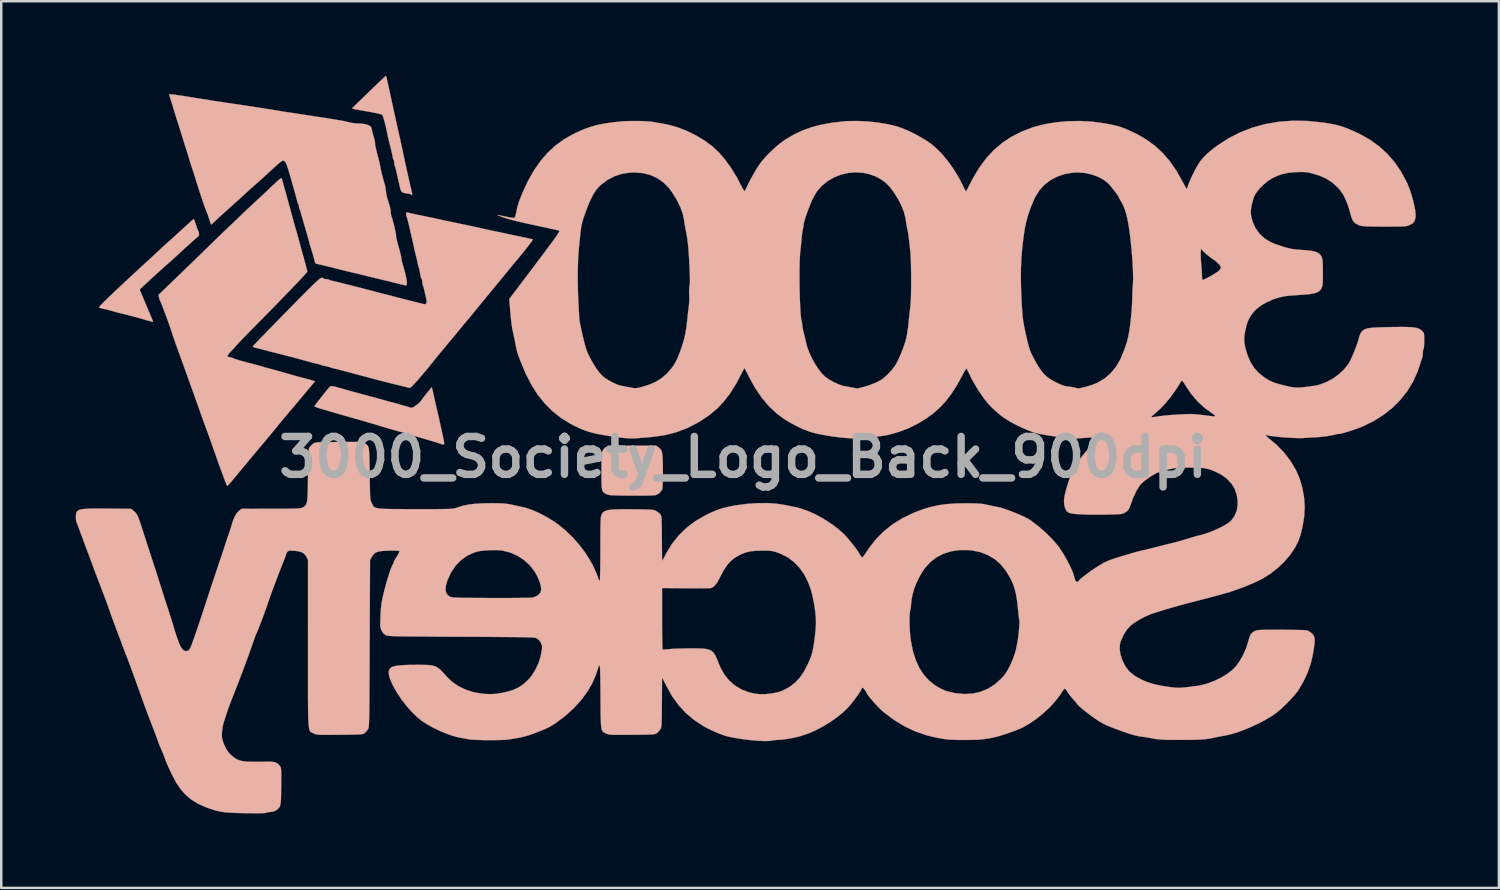
<source format=kicad_pcb>
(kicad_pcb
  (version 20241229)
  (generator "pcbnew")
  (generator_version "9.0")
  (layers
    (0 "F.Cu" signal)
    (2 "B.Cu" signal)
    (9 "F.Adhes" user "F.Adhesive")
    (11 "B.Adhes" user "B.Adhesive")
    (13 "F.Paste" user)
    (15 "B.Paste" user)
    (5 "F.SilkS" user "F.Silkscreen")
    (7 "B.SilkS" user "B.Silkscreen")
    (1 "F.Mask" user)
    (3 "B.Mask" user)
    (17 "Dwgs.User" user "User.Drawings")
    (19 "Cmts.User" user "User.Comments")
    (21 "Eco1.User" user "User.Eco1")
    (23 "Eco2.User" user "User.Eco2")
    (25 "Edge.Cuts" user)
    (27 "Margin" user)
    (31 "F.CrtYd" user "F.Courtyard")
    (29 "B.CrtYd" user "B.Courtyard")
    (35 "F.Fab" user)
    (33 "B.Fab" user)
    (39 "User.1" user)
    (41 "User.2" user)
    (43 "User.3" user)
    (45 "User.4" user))
  (footprint "3000_Society_Logo_Back_900dpi"
    (layer "F.Cu")
    (at 26.955 15.952)
    (property "Reference" "3000_Society_Logo_Back_900dpi" (at -0.1 -0.6 0) (layer "F.Fab") (effects (font (size 1.524 1.524) (thickness 0.3))))
    (attr through_hole)
    (fp_poly (pts (xy -4.817 -1.062) (xy -5.042 -1.061) (xy -5.222 -1.057) (xy -5.364 -1.051) (xy -5.472 -1.041) (xy -5.553 -1.026) (xy -5.613 -1.006) (xy -5.656 -0.979) (xy -5.69 -0.946) (xy -5.72 -0.903) (xy -5.733 -0.883) (xy -5.753 -0.85) (xy -5.768 -0.816) (xy -5.779 -0.773) (xy -5.787 -0.715) (xy -5.792 -0.633) (xy -5.795 -0.522) (xy -5.797 -0.372) (xy -5.797 -0.178) (xy -5.797 -0.045) (xy -5.797 0.193) (xy -5.795 0.382) (xy -5.79 0.528) (xy -5.781 0.638) (xy -5.765 0.718) (xy -5.742 0.775) (xy -5.71 0.816) (xy -5.668 0.848) (xy -5.614 0.878) (xy -5.595 0.888) (xy -5.561 0.903) (xy -5.521 0.915) (xy -5.469 0.924) (xy -5.398 0.931) (xy -5.302 0.936) (xy -5.175 0.94) (xy -5.01 0.943) (xy -4.8 0.945) (xy -4.584 0.947) (xy -4.293 0.947) (xy -4.049 0.946) (xy -3.855 0.942) (xy -3.712 0.936) (xy -3.623 0.928) (xy -3.596 0.922) (xy -3.469 0.852) (xy -3.378 0.743) (xy -3.365 0.719) (xy -3.351 0.682) (xy -3.341 0.628) (xy -3.333 0.548) (xy -3.328 0.437) (xy -3.325 0.287) (xy -3.324 0.092) (xy -3.325 -0.049) (xy -3.326 -0.288) (xy -3.329 -0.478) (xy -3.336 -0.625) (xy -3.348 -0.737) (xy -3.366 -0.82) (xy -3.391 -0.882) (xy -3.424 -0.93) (xy -3.468 -0.97) (xy -3.501 -0.995) (xy -3.596 -1.063) (xy -4.541 -1.063) (xy -4.817 -1.062)) (stroke (width 0.01) (type solid)) (fill yes) (layer "B.SilkS"))
    (fp_poly (pts (xy -22.237 -10.165) (xy -22.297 -10.113) (xy -22.382 -10.037) (xy -22.484 -9.945) (xy -22.509 -9.922) (xy -22.737 -9.712) (xy -22.948 -9.52) (xy -23.134 -9.352) (xy -23.266 -9.234) (xy -23.333 -9.173) (xy -23.428 -9.086) (xy -23.536 -8.986) (xy -23.619 -8.908) (xy -23.713 -8.821) (xy -23.839 -8.705) (xy -23.985 -8.57) (xy -24.143 -8.424) (xy -24.302 -8.279) (xy -24.354 -8.231) (xy -24.585 -8.018) (xy -24.812 -7.809) (xy -25.03 -7.605) (xy -25.236 -7.412) (xy -25.425 -7.233) (xy -25.595 -7.07) (xy -25.742 -6.928) (xy -25.861 -6.811) (xy -25.949 -6.721) (xy -26.003 -6.663) (xy -26.018 -6.641) (xy -26.01 -6.625) (xy -25.98 -6.609) (xy -25.918 -6.591) (xy -25.814 -6.566) (xy -25.75 -6.553) (xy -25.666 -6.532) (xy -25.552 -6.502) (xy -25.432 -6.469) (xy -25.426 -6.467) (xy -25.309 -6.434) (xy -25.199 -6.405) (xy -25.119 -6.385) (xy -25.115 -6.384) (xy -24.852 -6.32) (xy -24.557 -6.242) (xy -24.22 -6.147) (xy -24.156 -6.129) (xy -24.022 -6.09) (xy -23.934 -6.065) (xy -23.881 -6.051) (xy -23.855 -6.047) (xy -23.846 -6.049) (xy -23.845 -6.053) (xy -23.856 -6.086) (xy -23.883 -6.156) (xy -23.922 -6.249) (xy -23.965 -6.352) (xy -23.973 -6.368) (xy -23.998 -6.426) (xy -24.039 -6.523) (xy -24.09 -6.646) (xy -24.148 -6.784) (xy -24.157 -6.806) (xy -24.215 -6.945) (xy -24.269 -7.074) (xy -24.314 -7.179) (xy -24.344 -7.246) (xy -24.347 -7.252) (xy -24.373 -7.317) (xy -24.371 -7.356) (xy -24.339 -7.393) (xy -24.336 -7.396) (xy -24.295 -7.434) (xy -24.223 -7.501) (xy -24.13 -7.587) (xy -24.027 -7.683) (xy -23.854 -7.842) (xy -23.674 -8.006) (xy -23.498 -8.166) (xy -23.337 -8.31) (xy -23.202 -8.429) (xy -23.168 -8.458) (xy -23.09 -8.527) (xy -22.988 -8.619) (xy -22.879 -8.719) (xy -22.829 -8.766) (xy -22.696 -8.889) (xy -22.556 -9.018) (xy -22.417 -9.143) (xy -22.288 -9.259) (xy -22.177 -9.358) (xy -22.093 -9.431) (xy -22.052 -9.465) (xy -22.002 -9.516) (xy -21.993 -9.575) (xy -21.999 -9.61) (xy -22.018 -9.681) (xy -22.038 -9.727) (xy -22.056 -9.766) (xy -22.083 -9.844) (xy -22.116 -9.946) (xy -22.125 -9.974) (xy -22.158 -10.075) (xy -22.186 -10.149) (xy -22.207 -10.185) (xy -22.21 -10.186) (xy -22.237 -10.165)) (stroke (width 0.01) (type solid)) (fill yes) (layer "B.SilkS"))
    (fp_poly (pts (xy -14.489 -15.933) (xy -14.544 -15.887) (xy -14.623 -15.814) (xy -14.719 -15.723) (xy -14.737 -15.706) (xy -14.844 -15.602) (xy -14.98 -15.471) (xy -15.131 -15.325) (xy -15.286 -15.176) (xy -15.407 -15.06) (xy -15.532 -14.939) (xy -15.642 -14.831) (xy -15.732 -14.743) (xy -15.794 -14.681) (xy -15.823 -14.65) (xy -15.824 -14.648) (xy -15.825 -14.639) (xy -15.814 -14.631) (xy -15.786 -14.621) (xy -15.734 -14.609) (xy -15.65 -14.593) (xy -15.53 -14.571) (xy -15.366 -14.542) (xy -15.181 -14.51) (xy -15.014 -14.479) (xy -14.865 -14.449) (xy -14.743 -14.421) (xy -14.658 -14.398) (xy -14.62 -14.382) (xy -14.598 -14.34) (xy -14.568 -14.252) (xy -14.532 -14.129) (xy -14.495 -13.981) (xy -14.457 -13.818) (xy -14.422 -13.649) (xy -14.42 -13.636) (xy -14.401 -13.547) (xy -14.374 -13.427) (xy -14.342 -13.298) (xy -14.335 -13.269) (xy -14.291 -13.094) (xy -14.259 -12.963) (xy -14.236 -12.864) (xy -14.219 -12.788) (xy -14.207 -12.722) (xy -14.203 -12.696) (xy -14.186 -12.624) (xy -14.166 -12.579) (xy -14.161 -12.575) (xy -14.145 -12.539) (xy -14.137 -12.471) (xy -14.137 -12.453) (xy -14.132 -12.379) (xy -14.12 -12.331) (xy -14.117 -12.326) (xy -14.109 -12.315) (xy -14.099 -12.29) (xy -14.087 -12.247) (xy -14.069 -12.178) (xy -14.045 -12.078) (xy -14.014 -11.94) (xy -13.973 -11.758) (xy -13.933 -11.58) (xy -13.903 -11.45) (xy -13.88 -11.363) (xy -13.857 -11.31) (xy -13.83 -11.278) (xy -13.793 -11.257) (xy -13.774 -11.248) (xy -13.679 -11.22) (xy -13.585 -11.208) (xy -13.585 -11.208) (xy -13.516 -11.201) (xy -13.475 -11.182) (xy -13.474 -11.18) (xy -13.44 -11.152) (xy -13.416 -11.17) (xy -13.417 -11.216) (xy -13.428 -11.263) (xy -13.449 -11.355) (xy -13.478 -11.482) (xy -13.513 -11.632) (xy -13.542 -11.759) (xy -13.584 -11.942) (xy -13.627 -12.132) (xy -13.666 -12.31) (xy -13.699 -12.459) (xy -13.712 -12.521) (xy -13.779 -12.843) (xy -13.836 -13.113) (xy -13.883 -13.33) (xy -13.921 -13.493) (xy -13.924 -13.509) (xy -13.938 -13.565) (xy -13.951 -13.624) (xy -13.967 -13.693) (xy -13.986 -13.777) (xy -14.009 -13.881) (xy -14.037 -14.01) (xy -14.072 -14.169) (xy -14.115 -14.365) (xy -14.167 -14.603) (xy -14.229 -14.887) (xy -14.267 -15.061) (xy -14.313 -15.275) (xy -14.356 -15.471) (xy -14.395 -15.642) (xy -14.426 -15.781) (xy -14.449 -15.882) (xy -14.463 -15.938) (xy -14.466 -15.947) (xy -14.489 -15.933)) (stroke (width 0.01) (type solid)) (fill yes) (layer "B.SilkS"))
    (fp_poly (pts (xy -16.709 -3.451) (xy -16.732 -3.433) (xy -16.755 -3.407) (xy -16.776 -3.382) (xy -16.839 -3.307) (xy -16.918 -3.211) (xy -17.006 -3.101) (xy -17.096 -2.987) (xy -17.182 -2.877) (xy -17.257 -2.78) (xy -17.314 -2.704) (xy -17.346 -2.658) (xy -17.35 -2.648) (xy -17.289 -2.618) (xy -17.195 -2.582) (xy -17.089 -2.549) (xy -17.072 -2.544) (xy -16.937 -2.507) (xy -16.813 -2.47) (xy -16.705 -2.437) (xy -16.642 -2.418) (xy -16.538 -2.387) (xy -16.405 -2.349) (xy -16.258 -2.307) (xy -16.211 -2.294) (xy -15.789 -2.174) (xy -15.398 -2.062) (xy -15.045 -1.959) (xy -14.738 -1.867) (xy -14.645 -1.839) (xy -14.573 -1.817) (xy -14.48 -1.791) (xy -14.447 -1.781) (xy -14.338 -1.75) (xy -14.228 -1.717) (xy -14.206 -1.71) (xy -14.115 -1.683) (xy -13.999 -1.651) (xy -13.91 -1.627) (xy -13.786 -1.594) (xy -13.641 -1.552) (xy -13.516 -1.515) (xy -13.377 -1.473) (xy -13.225 -1.427) (xy -13.107 -1.393) (xy -12.893 -1.33) (xy -12.725 -1.281) (xy -12.593 -1.241) (xy -12.488 -1.209) (xy -12.402 -1.182) (xy -12.329 -1.158) (xy -12.222 -1.123) (xy -12.158 -1.11) (xy -12.13 -1.121) (xy -12.126 -1.161) (xy -12.136 -1.225) (xy -12.145 -1.275) (xy -12.157 -1.336) (xy -12.174 -1.417) (xy -12.197 -1.523) (xy -12.227 -1.664) (xy -12.267 -1.848) (xy -12.302 -2.008) (xy -12.318 -2.08) (xy -12.344 -2.194) (xy -12.377 -2.336) (xy -12.413 -2.494) (xy -12.431 -2.572) (xy -12.47 -2.741) (xy -12.508 -2.908) (xy -12.542 -3.057) (xy -12.568 -3.174) (xy -12.575 -3.207) (xy -12.597 -3.305) (xy -12.614 -3.378) (xy -12.624 -3.411) (xy -12.624 -3.412) (xy -12.644 -3.394) (xy -12.689 -3.342) (xy -12.753 -3.265) (xy -12.826 -3.174) (xy -12.903 -3.078) (xy -12.973 -2.987) (xy -13.029 -2.912) (xy -13.064 -2.862) (xy -13.064 -2.861) (xy -13.109 -2.81) (xy -13.184 -2.743) (xy -13.265 -2.681) (xy -13.355 -2.621) (xy -13.416 -2.592) (xy -13.462 -2.588) (xy -13.491 -2.596) (xy -13.563 -2.621) (xy -13.654 -2.648) (xy -13.671 -2.652) (xy -13.765 -2.678) (xy -13.88 -2.711) (xy -13.939 -2.729) (xy -14.046 -2.76) (xy -14.148 -2.788) (xy -14.193 -2.8) (xy -14.294 -2.825) (xy -14.391 -2.851) (xy -14.597 -2.91) (xy -14.757 -2.956) (xy -14.881 -2.99) (xy -14.977 -3.015) (xy -15.012 -3.024) (xy -15.113 -3.05) (xy -15.209 -3.077) (xy -15.279 -3.096) (xy -15.386 -3.125) (xy -15.513 -3.159) (xy -15.59 -3.18) (xy -15.719 -3.214) (xy -15.836 -3.245) (xy -15.924 -3.269) (xy -15.957 -3.279) (xy -16.174 -3.341) (xy -16.344 -3.39) (xy -16.472 -3.425) (xy -16.566 -3.448) (xy -16.632 -3.459) (xy -16.678 -3.46) (xy -16.709 -3.451)) (stroke (width 0.01) (type solid)) (fill yes) (layer "B.SilkS"))
    (fp_poly (pts (xy -18.751 -11.791) (xy -18.845 -11.711) (xy -18.886 -11.672) (xy -19.114 -11.456) (xy -19.306 -11.275) (xy -19.466 -11.125) (xy -19.597 -11.003) (xy -19.705 -10.904) (xy -19.74 -10.872) (xy -19.823 -10.795) (xy -19.934 -10.691) (xy -20.06 -10.572) (xy -20.187 -10.451) (xy -20.219 -10.42) (xy -20.361 -10.283) (xy -20.522 -10.129) (xy -20.682 -9.977) (xy -20.822 -9.845) (xy -20.826 -9.841) (xy -20.926 -9.745) (xy -21.059 -9.618) (xy -21.214 -9.469) (xy -21.382 -9.305) (xy -21.555 -9.137) (xy -21.716 -8.98) (xy -21.9 -8.801) (xy -22.113 -8.594) (xy -22.34 -8.374) (xy -22.57 -8.151) (xy -22.789 -7.939) (xy -22.967 -7.767) (xy -23.624 -7.133) (xy -23.605 -7.033) (xy -23.587 -6.958) (xy -23.567 -6.908) (xy -23.565 -6.905) (xy -23.544 -6.864) (xy -23.512 -6.789) (xy -23.485 -6.721) (xy -23.45 -6.628) (xy -23.402 -6.501) (xy -23.349 -6.361) (xy -23.314 -6.27) (xy -23.256 -6.111) (xy -23.191 -5.927) (xy -23.129 -5.745) (xy -23.097 -5.649) (xy -23.046 -5.493) (xy -22.99 -5.33) (xy -22.939 -5.182) (xy -22.909 -5.098) (xy -22.856 -4.953) (xy -22.797 -4.791) (xy -22.745 -4.647) (xy -22.68 -4.465) (xy -22.601 -4.247) (xy -22.515 -4.007) (xy -22.426 -3.761) (xy -22.349 -3.546) (xy -22.301 -3.415) (xy -22.243 -3.253) (xy -22.182 -3.081) (xy -22.132 -2.939) (xy -22.025 -2.639) (xy -21.936 -2.388) (xy -21.863 -2.183) (xy -21.805 -2.021) (xy -21.76 -1.897) (xy -21.728 -1.809) (xy -21.706 -1.753) (xy -21.701 -1.74) (xy -21.681 -1.687) (xy -21.646 -1.591) (xy -21.599 -1.461) (xy -21.545 -1.309) (xy -21.488 -1.147) (xy -21.353 -0.763) (xy -21.235 -0.43) (xy -21.134 -0.149) (xy -21.049 0.084) (xy -20.981 0.269) (xy -20.927 0.407) (xy -20.889 0.5) (xy -20.864 0.55) (xy -20.855 0.56) (xy -20.833 0.539) (xy -20.781 0.482) (xy -20.704 0.394) (xy -20.61 0.282) (xy -20.503 0.153) (xy -20.495 0.144) (xy -20.244 -0.159) (xy -20.024 -0.425) (xy -19.828 -0.66) (xy -19.651 -0.871) (xy -19.584 -0.95) (xy -19.423 -1.141) (xy -19.24 -1.361) (xy -19.048 -1.594) (xy -18.859 -1.823) (xy -18.77 -1.932) (xy -18.668 -2.057) (xy -18.545 -2.205) (xy -18.416 -2.357) (xy -18.305 -2.489) (xy -18.19 -2.623) (xy -18.054 -2.784) (xy -17.912 -2.953) (xy -17.779 -3.113) (xy -17.742 -3.158) (xy -17.636 -3.285) (xy -17.54 -3.401) (xy -17.459 -3.497) (xy -17.402 -3.565) (xy -17.381 -3.59) (xy -17.325 -3.655) (xy -17.431 -3.688) (xy -17.504 -3.709) (xy -17.613 -3.74) (xy -17.744 -3.775) (xy -17.834 -3.799) (xy -17.963 -3.833) (xy -18.079 -3.864) (xy -18.165 -3.888) (xy -18.201 -3.898) (xy -18.275 -3.92) (xy -18.368 -3.946) (xy -18.384 -3.951) (xy -18.471 -3.975) (xy -18.585 -4.007) (xy -18.695 -4.039) (xy -18.795 -4.068) (xy -18.881 -4.093) (xy -18.969 -4.117) (xy -19.079 -4.146) (xy -19.224 -4.184) (xy -19.317 -4.21) (xy -19.399 -4.233) (xy -19.414 -4.238) (xy -19.502 -4.264) (xy -19.62 -4.296) (xy -19.775 -4.338) (xy -19.976 -4.392) (xy -19.979 -4.393) (xy -20.154 -4.439) (xy -20.285 -4.474) (xy -20.383 -4.502) (xy -20.458 -4.524) (xy -20.519 -4.545) (xy -20.579 -4.567) (xy -20.647 -4.594) (xy -20.665 -4.601) (xy -20.741 -4.624) (xy -20.799 -4.633) (xy -20.846 -4.648) (xy -20.845 -4.692) (xy -20.796 -4.766) (xy -20.704 -4.866) (xy -20.623 -4.948) (xy -20.554 -5.023) (xy -20.511 -5.076) (xy -20.51 -5.078) (xy -20.481 -5.112) (xy -20.417 -5.181) (xy -20.322 -5.28) (xy -20.2 -5.407) (xy -20.056 -5.555) (xy -19.895 -5.72) (xy -19.72 -5.897) (xy -19.637 -5.982) (xy -19.339 -6.284) (xy -19.057 -6.571) (xy -18.794 -6.84) (xy -18.552 -7.089) (xy -18.333 -7.316) (xy -18.14 -7.517) (xy -17.975 -7.692) (xy -17.84 -7.836) (xy -17.737 -7.949) (xy -17.669 -8.026) (xy -17.638 -8.068) (xy -17.636 -8.072) (xy -17.644 -8.109) (xy -17.664 -8.19) (xy -17.694 -8.307) (xy -17.732 -8.448) (xy -17.763 -8.563) (xy -17.815 -8.748) (xy -17.869 -8.945) (xy -17.92 -9.134) (xy -17.964 -9.296) (xy -17.978 -9.346) (xy -18.015 -9.48) (xy -18.048 -9.601) (xy -18.074 -9.693) (xy -18.088 -9.741) (xy -18.101 -9.785) (xy -18.117 -9.838) (xy -18.137 -9.909) (xy -18.164 -10.004) (xy -18.198 -10.131) (xy -18.244 -10.296) (xy -18.302 -10.507) (xy -18.316 -10.559) (xy -18.396 -10.85) (xy -18.467 -11.111) (xy -18.53 -11.338) (xy -18.583 -11.527) (xy -18.624 -11.674) (xy -18.653 -11.774) (xy -18.668 -11.825) (xy -18.668 -11.826) (xy -18.693 -11.83) (xy -18.751 -11.791)) (stroke (width 0.01) (type solid)) (fill yes) (layer "B.SilkS"))
    (fp_poly (pts (xy -13.655 -10.439) (xy -13.657 -10.411) (xy -13.649 -10.341) (xy -13.63 -10.265) (xy -13.605 -10.179) (xy -13.574 -10.062) (xy -13.542 -9.935) (xy -13.515 -9.82) (xy -13.498 -9.741) (xy -13.482 -9.663) (xy -13.46 -9.574) (xy -13.46 -9.572) (xy -13.444 -9.505) (xy -13.419 -9.398) (xy -13.39 -9.267) (xy -13.361 -9.134) (xy -13.33 -8.994) (xy -13.301 -8.867) (xy -13.277 -8.768) (xy -13.263 -8.711) (xy -13.244 -8.636) (xy -13.22 -8.532) (xy -13.205 -8.457) (xy -13.183 -8.356) (xy -13.161 -8.271) (xy -13.148 -8.231) (xy -13.127 -8.164) (xy -13.109 -8.079) (xy -13.108 -8.076) (xy -13.085 -7.938) (xy -13.066 -7.847) (xy -13.048 -7.796) (xy -13.033 -7.777) (xy -13.017 -7.742) (xy -13.008 -7.673) (xy -13.008 -7.655) (xy -13.003 -7.581) (xy -12.991 -7.533) (xy -12.988 -7.529) (xy -12.972 -7.493) (xy -12.95 -7.417) (xy -12.925 -7.316) (xy -12.919 -7.291) (xy -12.892 -7.169) (xy -12.865 -7.053) (xy -12.844 -6.967) (xy -12.843 -6.963) (xy -12.829 -6.858) (xy -12.848 -6.787) (xy -12.896 -6.756) (xy -12.933 -6.758) (xy -12.981 -6.77) (xy -13.073 -6.793) (xy -13.196 -6.824) (xy -13.34 -6.86) (xy -13.403 -6.876) (xy -13.556 -6.915) (xy -13.697 -6.95) (xy -13.814 -6.98) (xy -13.894 -7) (xy -13.911 -7.004) (xy -14.007 -7.028) (xy -14.111 -7.057) (xy -14.123 -7.06) (xy -14.243 -7.093) (xy -14.384 -7.129) (xy -14.553 -7.17) (xy -14.634 -7.19) (xy -14.745 -7.219) (xy -14.864 -7.251) (xy -14.871 -7.253) (xy -15.008 -7.29) (xy -15.175 -7.334) (xy -15.362 -7.383) (xy -15.563 -7.434) (xy -15.768 -7.486) (xy -15.969 -7.537) (xy -16.159 -7.585) (xy -16.328 -7.627) (xy -16.47 -7.662) (xy -16.575 -7.687) (xy -16.635 -7.7) (xy -16.642 -7.701) (xy -16.71 -7.718) (xy -16.748 -7.739) (xy -16.749 -7.74) (xy -16.786 -7.757) (xy -16.853 -7.765) (xy -16.86 -7.765) (xy -16.93 -7.773) (xy -16.972 -7.791) (xy -16.973 -7.794) (xy -17.012 -7.816) (xy -17.057 -7.822) (xy -17.093 -7.809) (xy -17.15 -7.769) (xy -17.234 -7.698) (xy -17.346 -7.594) (xy -17.491 -7.453) (xy -17.613 -7.332) (xy -17.775 -7.169) (xy -17.953 -6.99) (xy -18.141 -6.799) (xy -18.337 -6.6) (xy -18.537 -6.397) (xy -18.735 -6.194) (xy -18.929 -5.996) (xy -19.114 -5.807) (xy -19.286 -5.629) (xy -19.442 -5.469) (xy -19.577 -5.329) (xy -19.688 -5.214) (xy -19.77 -5.127) (xy -19.819 -5.074) (xy -19.832 -5.057) (xy -19.813 -5.038) (xy -19.753 -5.014) (xy -19.705 -5.001) (xy -19.536 -4.96) (xy -19.404 -4.926) (xy -19.291 -4.895) (xy -19.259 -4.887) (xy -19.158 -4.859) (xy -19.058 -4.834) (xy -19.048 -4.832) (xy -18.964 -4.812) (xy -18.837 -4.78) (xy -18.675 -4.738) (xy -18.488 -4.689) (xy -18.287 -4.637) (xy -18.081 -4.582) (xy -17.881 -4.529) (xy -17.697 -4.479) (xy -17.537 -4.436) (xy -17.467 -4.416) (xy -17.367 -4.39) (xy -17.279 -4.368) (xy -17.241 -4.36) (xy -17.162 -4.339) (xy -17.114 -4.322) (xy -17.042 -4.298) (xy -16.98 -4.282) (xy -16.889 -4.263) (xy -16.825 -4.25) (xy -16.745 -4.228) (xy -16.691 -4.209) (xy -16.617 -4.185) (xy -16.564 -4.172) (xy -16.507 -4.159) (xy -16.408 -4.135) (xy -16.277 -4.101) (xy -16.128 -4.063) (xy -15.971 -4.021) (xy -15.818 -3.98) (xy -15.68 -3.942) (xy -15.675 -3.941) (xy -15.565 -3.911) (xy -15.461 -3.883) (xy -15.407 -3.87) (xy -15.306 -3.844) (xy -15.209 -3.819) (xy -15.116 -3.793) (xy -14.989 -3.759) (xy -14.839 -3.719) (xy -14.678 -3.677) (xy -14.517 -3.636) (xy -14.368 -3.597) (xy -14.241 -3.565) (xy -14.149 -3.542) (xy -14.109 -3.533) (xy -14.035 -3.516) (xy -13.926 -3.489) (xy -13.804 -3.459) (xy -13.773 -3.451) (xy -13.661 -3.424) (xy -13.568 -3.403) (xy -13.509 -3.392) (xy -13.499 -3.391) (xy -13.469 -3.411) (xy -13.409 -3.468) (xy -13.328 -3.553) (xy -13.232 -3.659) (xy -13.171 -3.727) (xy -13.049 -3.871) (xy -12.917 -4.026) (xy -12.792 -4.176) (xy -12.687 -4.304) (xy -12.669 -4.326) (xy -12.565 -4.455) (xy -12.453 -4.593) (xy -12.35 -4.719) (xy -12.294 -4.787) (xy -12.196 -4.906) (xy -12.083 -5.043) (xy -11.977 -5.172) (xy -11.956 -5.197) (xy -11.88 -5.289) (xy -11.817 -5.364) (xy -11.776 -5.412) (xy -11.766 -5.423) (xy -11.743 -5.45) (xy -11.692 -5.51) (xy -11.623 -5.595) (xy -11.568 -5.663) (xy -11.478 -5.774) (xy -11.389 -5.882) (xy -11.315 -5.971) (xy -11.287 -6.003) (xy -11.234 -6.066) (xy -11.154 -6.161) (xy -11.057 -6.279) (xy -10.952 -6.407) (xy -10.905 -6.464) (xy -10.784 -6.612) (xy -10.653 -6.773) (xy -10.525 -6.928) (xy -10.415 -7.061) (xy -10.398 -7.083) (xy -10.307 -7.193) (xy -10.227 -7.29) (xy -10.165 -7.366) (xy -10.13 -7.409) (xy -10.129 -7.409) (xy -10.087 -7.461) (xy -10.026 -7.536) (xy -9.988 -7.58) (xy -9.936 -7.643) (xy -9.857 -7.739) (xy -9.76 -7.858) (xy -9.654 -7.988) (xy -9.593 -8.062) (xy -9.486 -8.192) (xy -9.386 -8.315) (xy -9.299 -8.42) (xy -9.234 -8.497) (xy -9.21 -8.526) (xy -9.12 -8.632) (xy -9.02 -8.754) (xy -8.917 -8.881) (xy -8.817 -9.008) (xy -8.725 -9.127) (xy -8.647 -9.229) (xy -8.591 -9.307) (xy -8.56 -9.354) (xy -8.557 -9.364) (xy -8.589 -9.375) (xy -8.665 -9.394) (xy -8.774 -9.418) (xy -8.904 -9.445) (xy -8.906 -9.446) (xy -9.07 -9.479) (xy -9.245 -9.516) (xy -9.405 -9.55) (xy -9.494 -9.569) (xy -9.628 -9.598) (xy -9.794 -9.634) (xy -9.969 -9.671) (xy -10.101 -9.698) (xy -10.254 -9.731) (xy -10.406 -9.763) (xy -10.536 -9.792) (xy -10.623 -9.812) (xy -10.702 -9.83) (xy -10.825 -9.857) (xy -10.981 -9.89) (xy -11.159 -9.928) (xy -11.348 -9.968) (xy -11.399 -9.978) (xy -11.598 -10.02) (xy -11.796 -10.061) (xy -11.981 -10.1) (xy -12.14 -10.134) (xy -12.259 -10.16) (xy -12.274 -10.163) (xy -12.374 -10.185) (xy -12.471 -10.207) (xy -12.575 -10.229) (xy -12.695 -10.254) (xy -12.841 -10.284) (xy -13.021 -10.322) (xy -13.247 -10.368) (xy -13.276 -10.374) (xy -13.393 -10.4) (xy -13.498 -10.424) (xy -13.571 -10.443) (xy -13.579 -10.445) (xy -13.635 -10.457) (xy -13.655 -10.439)) (stroke (width 0.01) (type solid)) (fill yes) (layer "B.SilkS"))
    (fp_poly (pts (xy -23.187 -15.206) (xy -23.19 -15.171) (xy -23.174 -15.111) (xy -23.152 -15.048) (xy -23.12 -14.949) (xy -23.083 -14.832) (xy -23.071 -14.793) (xy -23.005 -14.575) (xy -22.952 -14.4) (xy -22.907 -14.257) (xy -22.869 -14.133) (xy -22.832 -14.019) (xy -22.8 -13.918) (xy -22.759 -13.79) (xy -22.709 -13.63) (xy -22.656 -13.462) (xy -22.619 -13.339) (xy -22.577 -13.203) (xy -22.539 -13.08) (xy -22.509 -12.985) (xy -22.491 -12.931) (xy -22.491 -12.93) (xy -22.473 -12.874) (xy -22.443 -12.779) (xy -22.407 -12.66) (xy -22.377 -12.563) (xy -22.338 -12.436) (xy -22.303 -12.325) (xy -22.277 -12.244) (xy -22.265 -12.21) (xy -22.248 -12.16) (xy -22.219 -12.071) (xy -22.182 -11.956) (xy -22.156 -11.872) (xy -22.064 -11.579) (xy -21.978 -11.308) (xy -21.899 -11.066) (xy -21.829 -10.856) (xy -21.769 -10.685) (xy -21.722 -10.557) (xy -21.689 -10.478) (xy -21.687 -10.475) (xy -21.647 -10.378) (xy -21.604 -10.256) (xy -21.575 -10.157) (xy -21.539 -10.039) (xy -21.509 -9.977) (xy -21.483 -9.969) (xy -21.47 -9.988) (xy -21.447 -10.013) (xy -21.388 -10.069) (xy -21.3 -10.151) (xy -21.189 -10.253) (xy -21.061 -10.369) (xy -21.023 -10.403) (xy -20.851 -10.557) (xy -20.715 -10.679) (xy -20.609 -10.775) (xy -20.525 -10.85) (xy -20.459 -10.91) (xy -20.404 -10.96) (xy -20.352 -11.007) (xy -20.3 -11.056) (xy -20.239 -11.112) (xy -20.205 -11.143) (xy -20.094 -11.244) (xy -19.959 -11.366) (xy -19.82 -11.49) (xy -19.725 -11.575) (xy -19.593 -11.692) (xy -19.488 -11.785) (xy -19.399 -11.865) (xy -19.315 -11.942) (xy -19.223 -12.026) (xy -19.112 -12.128) (xy -18.98 -12.25) (xy -18.869 -12.351) (xy -18.77 -12.435) (xy -18.69 -12.498) (xy -18.639 -12.531) (xy -18.628 -12.534) (xy -18.595 -12.532) (xy -18.566 -12.523) (xy -18.539 -12.502) (xy -18.512 -12.466) (xy -18.483 -12.408) (xy -18.45 -12.325) (xy -18.411 -12.211) (xy -18.366 -12.061) (xy -18.31 -11.871) (xy -18.243 -11.636) (xy -18.171 -11.378) (xy -18.138 -11.26) (xy -18.107 -11.151) (xy -18.084 -11.071) (xy -18.083 -11.067) (xy -18.059 -10.976) (xy -18.04 -10.892) (xy -18.04 -10.891) (xy -18.021 -10.828) (xy -18 -10.797) (xy -17.981 -10.76) (xy -17.975 -10.713) (xy -17.965 -10.637) (xy -17.95 -10.594) (xy -17.927 -10.538) (xy -17.9 -10.453) (xy -17.89 -10.418) (xy -17.864 -10.324) (xy -17.84 -10.241) (xy -17.834 -10.221) (xy -17.814 -10.154) (xy -17.786 -10.058) (xy -17.768 -9.995) (xy -17.739 -9.892) (xy -17.701 -9.761) (xy -17.662 -9.625) (xy -17.654 -9.6) (xy -17.619 -9.48) (xy -17.589 -9.371) (xy -17.568 -9.292) (xy -17.564 -9.275) (xy -17.546 -9.202) (xy -17.517 -9.101) (xy -17.492 -9.021) (xy -17.446 -8.875) (xy -17.411 -8.761) (xy -17.384 -8.661) (xy -17.356 -8.554) (xy -17.352 -8.536) (xy -17.328 -8.45) (xy -17.302 -8.404) (xy -17.26 -8.382) (xy -17.205 -8.371) (xy -17.145 -8.358) (xy -17.04 -8.334) (xy -16.9 -8.301) (xy -16.735 -8.26) (xy -16.554 -8.215) (xy -16.483 -8.197) (xy -16.298 -8.15) (xy -16.126 -8.107) (xy -15.974 -8.07) (xy -15.855 -8.04) (xy -15.776 -8.022) (xy -15.76 -8.018) (xy -15.697 -8.005) (xy -15.63 -7.989) (xy -15.545 -7.969) (xy -15.43 -7.94) (xy -15.294 -7.906) (xy -15.151 -7.871) (xy -15.005 -7.835) (xy -14.911 -7.813) (xy -14.855 -7.799) (xy -14.764 -7.778) (xy -14.657 -7.752) (xy -14.525 -7.72) (xy -14.385 -7.686) (xy -14.292 -7.662) (xy -14.134 -7.623) (xy -13.981 -7.585) (xy -13.846 -7.553) (xy -13.738 -7.529) (xy -13.668 -7.515) (xy -13.65 -7.513) (xy -13.638 -7.537) (xy -13.63 -7.601) (xy -13.629 -7.641) (xy -13.637 -7.725) (xy -13.661 -7.85) (xy -13.697 -8.004) (xy -13.741 -8.175) (xy -13.792 -8.351) (xy -13.826 -8.459) (xy -13.847 -8.548) (xy -13.855 -8.623) (xy -13.862 -8.678) (xy -13.883 -8.774) (xy -13.915 -8.901) (xy -13.954 -9.044) (xy -13.968 -9.092) (xy -14.007 -9.234) (xy -14.038 -9.359) (xy -14.058 -9.456) (xy -14.066 -9.514) (xy -14.065 -9.523) (xy -14.066 -9.563) (xy -14.08 -9.645) (xy -14.104 -9.756) (xy -14.134 -9.884) (xy -14.168 -10.016) (xy -14.202 -10.141) (xy -14.233 -10.244) (xy -14.25 -10.293) (xy -14.269 -10.372) (xy -14.278 -10.465) (xy -14.278 -10.472) (xy -14.283 -10.538) (xy -14.299 -10.623) (xy -14.329 -10.737) (xy -14.375 -10.888) (xy -14.419 -11.027) (xy -14.437 -11.098) (xy -14.456 -11.203) (xy -14.474 -11.321) (xy -14.475 -11.333) (xy -14.49 -11.439) (xy -14.503 -11.522) (xy -14.514 -11.567) (xy -14.515 -11.571) (xy -14.53 -11.611) (xy -14.554 -11.693) (xy -14.584 -11.804) (xy -14.617 -11.929) (xy -14.648 -12.056) (xy -14.675 -12.171) (xy -14.694 -12.261) (xy -14.702 -12.312) (xy -14.702 -12.314) (xy -14.71 -12.364) (xy -14.73 -12.457) (xy -14.761 -12.58) (xy -14.799 -12.722) (xy -14.811 -12.768) (xy -14.85 -12.912) (xy -14.88 -13.042) (xy -14.901 -13.145) (xy -14.908 -13.209) (xy -14.908 -13.219) (xy -14.911 -13.275) (xy -14.929 -13.367) (xy -14.958 -13.477) (xy -14.968 -13.508) (xy -15.002 -13.62) (xy -15.027 -13.718) (xy -15.039 -13.784) (xy -15.04 -13.794) (xy -15.066 -13.882) (xy -15.144 -13.951) (xy -15.272 -13.998) (xy -15.449 -14.025) (xy -15.607 -14.031) (xy -15.733 -14.039) (xy -15.871 -14.06) (xy -15.935 -14.075) (xy -16.062 -14.106) (xy -16.202 -14.136) (xy -16.268 -14.148) (xy -16.39 -14.168) (xy -16.517 -14.19) (xy -16.578 -14.2) (xy -16.662 -14.214) (xy -16.792 -14.235) (xy -16.959 -14.261) (xy -17.152 -14.291) (xy -17.364 -14.323) (xy -17.583 -14.357) (xy -17.8 -14.39) (xy -18.006 -14.421) (xy -18.191 -14.449) (xy -18.229 -14.455) (xy -18.386 -14.479) (xy -18.537 -14.502) (xy -18.667 -14.523) (xy -18.759 -14.538) (xy -18.765 -14.539) (xy -18.854 -14.554) (xy -18.982 -14.575) (xy -19.131 -14.599) (xy -19.286 -14.623) (xy -19.287 -14.623) (xy -19.445 -14.648) (xy -19.602 -14.672) (xy -19.74 -14.694) (xy -19.838 -14.709) (xy -19.919 -14.722) (xy -20.045 -14.741) (xy -20.206 -14.765) (xy -20.39 -14.792) (xy -20.587 -14.821) (xy -20.684 -14.836) (xy -20.882 -14.865) (xy -21.069 -14.893) (xy -21.237 -14.918) (xy -21.375 -14.94) (xy -21.472 -14.955) (xy -21.503 -14.96) (xy -21.613 -14.978) (xy -21.749 -15) (xy -21.87 -15.018) (xy -22.001 -15.039) (xy -22.136 -15.06) (xy -22.237 -15.076) (xy -22.492 -15.118) (xy -22.713 -15.152) (xy -22.898 -15.179) (xy -23.04 -15.198) (xy -23.137 -15.207) (xy -23.184 -15.208) (xy -23.187 -15.206)) (stroke (width 0.01) (type solid)) (fill yes) (layer "B.SilkS"))
    (fp_poly (pts (xy 21.467 -14.102) (xy 20.923 -14.009) (xy 20.4 -13.864) (xy 19.9 -13.669) (xy 19.423 -13.423) (xy 19.027 -13.166) (xy 18.79 -12.99) (xy 18.597 -12.827) (xy 18.439 -12.67) (xy 18.307 -12.511) (xy 18.261 -12.446) (xy 18.197 -12.344) (xy 18.123 -12.209) (xy 18.043 -12.055) (xy 17.965 -11.895) (xy 17.896 -11.744) (xy 17.843 -11.614) (xy 17.812 -11.525) (xy 17.789 -11.453) (xy 17.767 -11.411) (xy 17.76 -11.406) (xy 17.74 -11.43) (xy 17.701 -11.495) (xy 17.647 -11.59) (xy 17.585 -11.706) (xy 17.585 -11.707) (xy 17.344 -12.132) (xy 17.085 -12.507) (xy 16.802 -12.836) (xy 16.49 -13.126) (xy 16.143 -13.381) (xy 15.758 -13.605) (xy 15.4 -13.773) (xy 15.261 -13.831) (xy 15.138 -13.877) (xy 15.017 -13.916) (xy 14.887 -13.95) (xy 14.734 -13.984) (xy 14.545 -14.02) (xy 14.409 -14.044) (xy 13.948 -14.106) (xy 13.47 -14.132) (xy 12.986 -14.124) (xy 12.51 -14.081) (xy 12.054 -14.005) (xy 11.63 -13.897) (xy 11.559 -13.874) (xy 11.114 -13.704) (xy 10.707 -13.497) (xy 10.336 -13.251) (xy 9.998 -12.963) (xy 9.691 -12.632) (xy 9.411 -12.254) (xy 9.156 -11.827) (xy 9.071 -11.664) (xy 9.006 -11.536) (xy 8.95 -11.427) (xy 8.908 -11.347) (xy 8.884 -11.305) (xy 8.882 -11.301) (xy 8.864 -11.318) (xy 8.83 -11.376) (xy 8.786 -11.463) (xy 8.771 -11.495) (xy 8.583 -11.858) (xy 8.371 -12.205) (xy 8.141 -12.526) (xy 7.9 -12.815) (xy 7.653 -13.061) (xy 7.488 -13.198) (xy 7.285 -13.34) (xy 7.048 -13.484) (xy 6.793 -13.622) (xy 6.534 -13.746) (xy 6.288 -13.849) (xy 6.079 -13.919) (xy 5.722 -14.005) (xy 5.33 -14.07) (xy 4.921 -14.114) (xy 4.512 -14.133) (xy 4.121 -14.128) (xy 3.964 -14.117) (xy 3.486 -14.063) (xy 3.053 -13.985) (xy 2.655 -13.88) (xy 2.286 -13.746) (xy 1.937 -13.58) (xy 1.6 -13.38) (xy 1.57 -13.361) (xy 1.39 -13.229) (xy 1.196 -13.065) (xy 1.001 -12.884) (xy 0.819 -12.698) (xy 0.665 -12.519) (xy 0.597 -12.431) (xy 0.501 -12.288) (xy 0.393 -12.112) (xy 0.282 -11.92) (xy 0.178 -11.73) (xy 0.093 -11.56) (xy 0.074 -11.519) (xy 0.03 -11.424) (xy -0.007 -11.35) (xy -0.029 -11.311) (xy -0.03 -11.31) (xy -0.051 -11.321) (xy -0.088 -11.374) (xy -0.134 -11.456) (xy -0.146 -11.48) (xy -0.36 -11.886) (xy -0.589 -12.258) (xy -0.829 -12.588) (xy -1.076 -12.873) (xy -1.326 -13.107) (xy -1.338 -13.117) (xy -1.66 -13.353) (xy -2.014 -13.564) (xy -2.386 -13.744) (xy -2.765 -13.888) (xy -3.136 -13.989) (xy -3.291 -14.018) (xy -3.424 -14.04) (xy -3.55 -14.062) (xy -3.65 -14.081) (xy -3.682 -14.088) (xy -3.795 -14.105) (xy -3.951 -14.119) (xy -4.138 -14.128) (xy -4.343 -14.133) (xy -4.553 -14.133) (xy -4.755 -14.129) (xy -4.938 -14.119) (xy -4.968 -14.116) (xy -5.336 -14.079) (xy -5.66 -14.033) (xy -5.953 -13.974) (xy -6.226 -13.898) (xy -6.492 -13.804) (xy -6.762 -13.687) (xy -6.94 -13.601) (xy -7.313 -13.389) (xy -7.653 -13.14) (xy -7.965 -12.853) (xy -8.249 -12.524) (xy -8.509 -12.15) (xy -8.748 -11.728) (xy -8.957 -11.281) (xy -9.047 -11.062) (xy -9.116 -10.879) (xy -9.167 -10.716) (xy -9.206 -10.561) (xy -9.227 -10.451) (xy -9.25 -10.346) (xy -9.276 -10.268) (xy -9.3 -10.23) (xy -9.302 -10.229) (xy -9.343 -10.229) (xy -9.426 -10.24) (xy -9.54 -10.261) (xy -9.657 -10.286) (xy -9.782 -10.313) (xy -9.886 -10.334) (xy -9.956 -10.347) (xy -9.982 -10.349) (xy -9.961 -10.337) (xy -9.896 -10.31) (xy -9.8 -10.273) (xy -9.702 -10.237) (xy -9.581 -10.199) (xy -9.41 -10.152) (xy -9.197 -10.098) (xy -8.948 -10.039) (xy -8.669 -9.977) (xy -8.48 -9.937) (xy -8.256 -9.889) (xy -8.049 -9.844) (xy -7.865 -9.804) (xy -7.71 -9.77) (xy -7.592 -9.743) (xy -7.518 -9.725) (xy -7.496 -9.718) (xy -7.489 -9.709) (xy -7.494 -9.686) (xy -7.512 -9.649) (xy -7.547 -9.592) (xy -7.599 -9.514) (xy -7.671 -9.411) (xy -7.767 -9.279) (xy -7.887 -9.116) (xy -8.034 -8.919) (xy -8.21 -8.684) (xy -8.418 -8.408) (xy -8.477 -8.329) (xy -9.51 -6.961) (xy -9.496 -6.834) (xy -9.489 -6.758) (xy -9.479 -6.641) (xy -9.467 -6.498) (xy -9.454 -6.342) (xy -9.452 -6.312) (xy -9.436 -6.142) (xy -9.415 -5.966) (xy -9.391 -5.806) (xy -9.367 -5.681) (xy -9.366 -5.677) (xy -9.333 -5.528) (xy -9.299 -5.364) (xy -9.27 -5.218) (xy -9.269 -5.211) (xy -9.241 -5.068) (xy -9.217 -4.953) (xy -9.19 -4.85) (xy -9.157 -4.744) (xy -9.113 -4.619) (xy -9.053 -4.46) (xy -9.043 -4.435) (xy -8.837 -3.945) (xy -8.609 -3.505) (xy -8.358 -3.112) (xy -8.079 -2.764) (xy -7.772 -2.457) (xy -7.434 -2.188) (xy -7.061 -1.954) (xy -6.856 -1.847) (xy -6.663 -1.757) (xy -6.485 -1.684) (xy -6.31 -1.624) (xy -6.121 -1.573) (xy -5.906 -1.526) (xy -5.65 -1.48) (xy -5.626 -1.476) (xy -5.314 -1.426) (xy -5.048 -1.39) (xy -4.821 -1.367) (xy -4.625 -1.357) (xy -4.453 -1.358) (xy -4.358 -1.364) (xy -4.238 -1.374) (xy -4.082 -1.387) (xy -3.913 -1.401) (xy -3.765 -1.414) (xy -3.268 -1.482) (xy -2.792 -1.602) (xy -2.335 -1.775) (xy -1.896 -2.001) (xy -1.472 -2.281) (xy -1.437 -2.307) (xy -1.145 -2.552) (xy -0.877 -2.833) (xy -0.627 -3.157) (xy -0.393 -3.527) (xy -0.207 -3.873) (xy -0.147 -3.991) (xy -0.096 -4.088) (xy -0.059 -4.155) (xy -0.041 -4.181) (xy -0.041 -4.181) (xy -0.025 -4.157) (xy 0.011 -4.092) (xy 0.062 -3.995) (xy 0.122 -3.876) (xy 0.131 -3.856) (xy 0.378 -3.405) (xy 0.649 -3.005) (xy 0.943 -2.655) (xy 1.262 -2.355) (xy 1.564 -2.131) (xy 1.656 -2.074) (xy 1.773 -2.007) (xy 1.904 -1.935) (xy 2.038 -1.864) (xy 2.165 -1.799) (xy 2.275 -1.746) (xy 2.357 -1.711) (xy 2.4 -1.698) (xy 2.448 -1.685) (xy 2.479 -1.67) (xy 2.575 -1.63) (xy 2.718 -1.587) (xy 2.899 -1.544) (xy 3.106 -1.502) (xy 3.333 -1.462) (xy 3.567 -1.427) (xy 3.801 -1.397) (xy 4.025 -1.375) (xy 4.229 -1.361) (xy 4.363 -1.358) (xy 4.496 -1.361) (xy 4.666 -1.371) (xy 4.86 -1.386) (xy 5.065 -1.406) (xy 5.268 -1.427) (xy 5.456 -1.45) (xy 5.617 -1.473) (xy 5.738 -1.495) (xy 5.76 -1.5) (xy 6.187 -1.621) (xy 6.58 -1.772) (xy 6.954 -1.959) (xy 7.261 -2.147) (xy 7.556 -2.361) (xy 7.822 -2.596) (xy 8.067 -2.859) (xy 8.295 -3.158) (xy 8.513 -3.5) (xy 8.702 -3.842) (xy 8.767 -3.964) (xy 8.823 -4.066) (xy 8.865 -4.139) (xy 8.887 -4.172) (xy 8.889 -4.173) (xy 8.908 -4.152) (xy 8.942 -4.09) (xy 8.986 -4) (xy 9.004 -3.961) (xy 9.123 -3.721) (xy 9.27 -3.463) (xy 9.434 -3.204) (xy 9.604 -2.962) (xy 9.769 -2.754) (xy 9.791 -2.729) (xy 9.895 -2.62) (xy 10.028 -2.495) (xy 10.174 -2.367) (xy 10.315 -2.252) (xy 10.422 -2.174) (xy 10.624 -2.047) (xy 10.856 -1.92) (xy 11.101 -1.801) (xy 11.345 -1.695) (xy 11.573 -1.61) (xy 11.743 -1.56) (xy 11.843 -1.538) (xy 11.985 -1.511) (xy 12.157 -1.481) (xy 12.345 -1.451) (xy 12.535 -1.422) (xy 12.59 -1.414) (xy 12.862 -1.381) (xy 13.106 -1.361) (xy 13.313 -1.355) (xy 13.462 -1.362) (xy 13.568 -1.371) (xy 13.71 -1.382) (xy 13.867 -1.392) (xy 13.987 -1.4) (xy 14.325 -1.418) (xy 14.198 -1.314) (xy 13.968 -1.106) (xy 13.743 -0.869) (xy 13.532 -0.615) (xy 13.348 -0.357) (xy 13.199 -0.109) (xy 13.16 -0.032) (xy 13.107 0.091) (xy 13.048 0.254) (xy 12.986 0.439) (xy 12.928 0.63) (xy 12.879 0.811) (xy 12.843 0.965) (xy 12.842 0.968) (xy 12.821 1.151) (xy 12.83 1.318) (xy 12.868 1.461) (xy 12.93 1.57) (xy 13.01 1.633) (xy 13.103 1.66) (xy 13.25 1.682) (xy 13.447 1.698) (xy 13.694 1.709) (xy 13.986 1.714) (xy 14.322 1.713) (xy 14.395 1.712) (xy 14.621 1.709) (xy 14.799 1.705) (xy 14.935 1.701) (xy 15.037 1.695) (xy 15.111 1.688) (xy 15.166 1.677) (xy 15.209 1.664) (xy 15.247 1.647) (xy 15.259 1.641) (xy 15.352 1.581) (xy 15.419 1.507) (xy 15.471 1.404) (xy 15.504 1.308) (xy 15.605 1.032) (xy 15.726 0.774) (xy 15.86 0.552) (xy 15.884 0.517) (xy 15.95 0.448) (xy 16.052 0.361) (xy 16.178 0.266) (xy 16.315 0.173) (xy 16.451 0.09) (xy 16.572 0.026) (xy 16.587 0.019) (xy 16.667 -0.01) (xy 16.784 -0.046) (xy 16.922 -0.083) (xy 17.029 -0.109) (xy 17.15 -0.135) (xy 17.257 -0.154) (xy 17.364 -0.168) (xy 17.483 -0.176) (xy 17.627 -0.18) (xy 17.811 -0.182) (xy 17.881 -0.182) (xy 18.098 -0.181) (xy 18.271 -0.175) (xy 18.411 -0.165) (xy 18.53 -0.147) (xy 18.642 -0.12) (xy 18.756 -0.081) (xy 18.869 -0.038) (xy 19.146 0.098) (xy 19.376 0.264) (xy 19.559 0.458) (xy 19.693 0.678) (xy 19.778 0.925) (xy 19.812 1.195) (xy 19.81 1.324) (xy 19.774 1.551) (xy 19.69 1.76) (xy 19.563 1.939) (xy 19.535 1.968) (xy 19.436 2.048) (xy 19.294 2.136) (xy 19.12 2.229) (xy 18.925 2.32) (xy 18.72 2.405) (xy 18.517 2.478) (xy 18.326 2.534) (xy 18.276 2.546) (xy 18.164 2.574) (xy 18.02 2.615) (xy 17.866 2.66) (xy 17.772 2.69) (xy 17.613 2.738) (xy 17.441 2.788) (xy 17.281 2.831) (xy 17.207 2.849) (xy 17.085 2.878) (xy 16.926 2.918) (xy 16.748 2.962) (xy 16.57 3.008) (xy 16.512 3.023) (xy 16.351 3.064) (xy 16.197 3.102) (xy 16.063 3.135) (xy 15.965 3.157) (xy 15.934 3.164) (xy 15.834 3.187) (xy 15.708 3.22) (xy 15.582 3.256) (xy 15.581 3.256) (xy 15.45 3.296) (xy 15.295 3.342) (xy 15.144 3.387) (xy 15.115 3.396) (xy 14.927 3.453) (xy 14.78 3.501) (xy 14.658 3.545) (xy 14.549 3.591) (xy 14.439 3.644) (xy 14.438 3.644) (xy 14.325 3.706) (xy 14.19 3.788) (xy 14.042 3.885) (xy 13.891 3.99) (xy 13.744 4.096) (xy 13.612 4.197) (xy 13.504 4.286) (xy 13.428 4.356) (xy 13.4 4.391) (xy 13.357 4.428) (xy 13.314 4.412) (xy 13.273 4.345) (xy 13.235 4.23) (xy 13.225 4.187) (xy 13.187 4.066) (xy 13.124 3.911) (xy 13.039 3.733) (xy 12.941 3.543) (xy 12.834 3.354) (xy 12.725 3.176) (xy 12.62 3.022) (xy 12.581 2.969) (xy 12.356 2.706) (xy 12.091 2.441) (xy 11.799 2.186) (xy 11.496 1.956) (xy 11.447 1.921) (xy 11.348 1.863) (xy 11.208 1.794) (xy 11.038 1.717) (xy 10.852 1.64) (xy 10.662 1.565) (xy 10.48 1.499) (xy 10.319 1.447) (xy 10.191 1.412) (xy 10.162 1.407) (xy 10.046 1.384) (xy 9.902 1.355) (xy 9.757 1.323) (xy 9.725 1.316) (xy 9.627 1.295) (xy 9.529 1.28) (xy 9.422 1.269) (xy 9.293 1.262) (xy 9.132 1.258) (xy 8.928 1.256) (xy 8.864 1.255) (xy 8.466 1.262) (xy 8.11 1.287) (xy 7.782 1.331) (xy 7.469 1.399) (xy 7.159 1.491) (xy 6.839 1.61) (xy 6.749 1.648) (xy 6.313 1.859) (xy 5.913 2.11) (xy 5.553 2.399) (xy 5.235 2.722) (xy 4.961 3.078) (xy 4.913 3.151) (xy 4.84 3.262) (xy 4.776 3.353) (xy 4.727 3.415) (xy 4.701 3.438) (xy 4.701 3.438) (xy 4.671 3.416) (xy 4.631 3.359) (xy 4.616 3.334) (xy 4.547 3.219) (xy 4.448 3.077) (xy 4.33 2.921) (xy 4.203 2.763) (xy 4.077 2.617) (xy 3.961 2.495) (xy 3.95 2.484) (xy 3.708 2.27) (xy 3.434 2.066) (xy 3.139 1.877) (xy 2.835 1.71) (xy 2.531 1.572) (xy 2.24 1.467) (xy 2.006 1.408) (xy 1.889 1.386) (xy 1.745 1.357) (xy 1.599 1.327) (xy 1.569 1.321) (xy 1.241 1.271) (xy 0.874 1.247) (xy 0.478 1.25) (xy 0.062 1.279) (xy -0.362 1.335) (xy -0.393 1.34) (xy -0.656 1.388) (xy -0.884 1.443) (xy -1.094 1.509) (xy -1.307 1.594) (xy -1.542 1.704) (xy -1.609 1.738) (xy -2.008 1.968) (xy -2.366 2.237) (xy -2.682 2.544) (xy -2.957 2.89) (xy -3.191 3.274) (xy -3.226 3.341) (xy -3.279 3.444) (xy -3.322 3.521) (xy -3.349 3.562) (xy -3.355 3.566) (xy -3.356 3.532) (xy -3.357 3.448) (xy -3.359 3.322) (xy -3.36 3.161) (xy -3.362 2.971) (xy -3.363 2.761) (xy -3.364 2.658) (xy -3.366 2.411) (xy -3.368 2.214) (xy -3.371 2.061) (xy -3.375 1.946) (xy -3.38 1.861) (xy -3.387 1.801) (xy -3.397 1.759) (xy -3.409 1.729) (xy -3.425 1.705) (xy -3.428 1.7) (xy -3.491 1.637) (xy -3.576 1.576) (xy -3.597 1.564) (xy -3.633 1.547) (xy -3.672 1.534) (xy -3.722 1.523) (xy -3.789 1.515) (xy -3.881 1.509) (xy -4.004 1.505) (xy -4.165 1.501) (xy -4.372 1.498) (xy -4.527 1.497) (xy -4.818 1.494) (xy -5.058 1.495) (xy -5.253 1.501) (xy -5.407 1.512) (xy -5.528 1.529) (xy -5.619 1.554) (xy -5.687 1.587) (xy -5.737 1.63) (xy -5.775 1.683) (xy -5.801 1.738) (xy -5.811 1.771) (xy -5.819 1.825) (xy -5.825 1.905) (xy -5.83 2.014) (xy -5.834 2.158) (xy -5.837 2.341) (xy -5.838 2.567) (xy -5.839 2.842) (xy -5.84 3.098) (xy -5.84 3.36) (xy -5.842 3.604) (xy -5.844 3.826) (xy -5.847 4.018) (xy -5.851 4.175) (xy -5.855 4.292) (xy -5.86 4.362) (xy -5.864 4.382) (xy -5.885 4.367) (xy -5.912 4.312) (xy -5.923 4.28) (xy -5.955 4.188) (xy -6.002 4.067) (xy -6.057 3.938) (xy -6.111 3.822) (xy -6.154 3.738) (xy -6.154 3.737) (xy -6.185 3.681) (xy -6.231 3.599) (xy -6.256 3.554) (xy -6.444 3.25) (xy -6.675 2.944) (xy -6.938 2.646) (xy -7.22 2.369) (xy -7.511 2.127) (xy -7.688 2.001) (xy -7.987 1.816) (xy -8.285 1.658) (xy -8.572 1.531) (xy -8.838 1.441) (xy -8.958 1.411) (xy -9.049 1.391) (xy -9.174 1.363) (xy -9.312 1.333) (xy -9.381 1.317) (xy -9.488 1.295) (xy -9.59 1.278) (xy -9.697 1.267) (xy -9.821 1.259) (xy -9.974 1.255) (xy -10.168 1.253) (xy -10.256 1.253) (xy -10.589 1.258) (xy -10.876 1.275) (xy -11.129 1.306) (xy -11.356 1.352) (xy -11.567 1.415) (xy -11.625 1.435) (xy -11.661 1.447) (xy -11.699 1.458) (xy -11.744 1.466) (xy -11.8 1.474) (xy -11.873 1.479) (xy -11.968 1.483) (xy -12.09 1.486) (xy -12.243 1.488) (xy -12.432 1.49) (xy -12.663 1.49) (xy -12.941 1.49) (xy -13.269 1.49) (xy -13.276 1.49) (xy -13.621 1.49) (xy -13.915 1.489) (xy -14.161 1.488) (xy -14.365 1.485) (xy -14.53 1.48) (xy -14.662 1.473) (xy -14.764 1.462) (xy -14.842 1.447) (xy -14.9 1.427) (xy -14.942 1.403) (xy -14.973 1.373) (xy -14.997 1.336) (xy -15.02 1.292) (xy -15.04 1.252) (xy -15.058 1.214) (xy -15.073 1.178) (xy -15.085 1.137) (xy -15.095 1.086) (xy -15.102 1.018) (xy -15.108 0.927) (xy -15.112 0.806) (xy -15.116 0.651) (xy -15.119 0.454) (xy -15.123 0.21) (xy -15.125 0.079) (xy -15.129 -0.202) (xy -15.133 -0.432) (xy -15.137 -0.617) (xy -15.144 -0.763) (xy -15.154 -0.875) (xy -15.167 -0.96) (xy -15.186 -1.021) (xy -15.21 -1.067) (xy -15.24 -1.101) (xy -15.278 -1.13) (xy -15.325 -1.16) (xy -15.331 -1.164) (xy -15.358 -1.179) (xy -15.388 -1.191) (xy -15.428 -1.2) (xy -15.484 -1.207) (xy -15.563 -1.212) (xy -15.669 -1.214) (xy -15.81 -1.215) (xy -15.992 -1.215) (xy -16.22 -1.213) (xy -16.371 -1.212) (xy -16.629 -1.209) (xy -16.836 -1.207) (xy -16.998 -1.204) (xy -17.123 -1.2) (xy -17.215 -1.195) (xy -17.282 -1.189) (xy -17.328 -1.18) (xy -17.361 -1.169) (xy -17.386 -1.155) (xy -17.4 -1.145) (xy -17.475 -1.078) (xy -17.536 -1.009) (xy -17.551 -0.987) (xy -17.563 -0.961) (xy -17.573 -0.924) (xy -17.581 -0.873) (xy -17.587 -0.799) (xy -17.593 -0.699) (xy -17.597 -0.566) (xy -17.6 -0.395) (xy -17.604 -0.179) (xy -17.608 0.086) (xy -17.608 0.132) (xy -17.612 0.419) (xy -17.616 0.656) (xy -17.621 0.847) (xy -17.628 0.999) (xy -17.637 1.116) (xy -17.65 1.204) (xy -17.667 1.27) (xy -17.689 1.317) (xy -17.716 1.352) (xy -17.751 1.38) (xy -17.793 1.408) (xy -17.8 1.412) (xy -17.826 1.427) (xy -17.853 1.439) (xy -17.888 1.449) (xy -17.936 1.457) (xy -18.002 1.463) (xy -18.092 1.467) (xy -18.211 1.47) (xy -18.365 1.472) (xy -18.56 1.474) (xy -18.8 1.474) (xy -19.087 1.475) (xy -20.275 1.477) (xy -20.367 1.543) (xy -20.466 1.638) (xy -20.552 1.778) (xy -20.63 1.966) (xy -20.673 2.102) (xy -20.717 2.251) (xy -20.77 2.414) (xy -20.819 2.56) (xy -20.826 2.578) (xy -20.876 2.723) (xy -20.931 2.886) (xy -20.977 3.03) (xy -21.016 3.152) (xy -21.067 3.306) (xy -21.122 3.468) (xy -21.16 3.58) (xy -21.193 3.675) (xy -21.24 3.816) (xy -21.301 3.996) (xy -21.371 4.209) (xy -21.45 4.447) (xy -21.535 4.702) (xy -21.622 4.968) (xy -21.69 5.175) (xy -21.821 5.574) (xy -21.937 5.923) (xy -22.037 6.222) (xy -22.123 6.475) (xy -22.196 6.684) (xy -22.256 6.852) (xy -22.304 6.98) (xy -22.342 7.072) (xy -22.369 7.13) (xy -22.386 7.155) (xy -22.439 7.187) (xy -22.494 7.207) (xy -22.571 7.198) (xy -22.651 7.141) (xy -22.725 7.043) (xy -22.783 6.922) (xy -22.868 6.69) (xy -22.933 6.506) (xy -22.978 6.364) (xy -22.999 6.289) (xy -23.016 6.226) (xy -23.049 6.119) (xy -23.093 5.977) (xy -23.146 5.81) (xy -23.204 5.627) (xy -23.236 5.527) (xy -23.299 5.334) (xy -23.36 5.147) (xy -23.414 4.976) (xy -23.46 4.833) (xy -23.494 4.727) (xy -23.504 4.695) (xy -23.527 4.621) (xy -23.565 4.502) (xy -23.616 4.344) (xy -23.676 4.156) (xy -23.744 3.945) (xy -23.817 3.72) (xy -23.876 3.538) (xy -23.953 3.3) (xy -24.028 3.067) (xy -24.1 2.846) (xy -24.164 2.646) (xy -24.219 2.477) (xy -24.261 2.346) (xy -24.281 2.282) (xy -24.346 2.082) (xy -24.398 1.929) (xy -24.442 1.814) (xy -24.482 1.729) (xy -24.52 1.666) (xy -24.562 1.617) (xy -24.609 1.575) (xy -24.615 1.57) (xy -24.732 1.477) (xy -25.67 1.469) (xy -25.972 1.467) (xy -26.223 1.467) (xy -26.426 1.471) (xy -26.588 1.48) (xy -26.712 1.495) (xy -26.805 1.518) (xy -26.869 1.55) (xy -26.911 1.592) (xy -26.935 1.645) (xy -26.947 1.711) (xy -26.95 1.791) (xy -26.95 1.808) (xy -26.947 1.904) (xy -26.94 1.977) (xy -26.931 2.009) (xy -26.914 2.042) (xy -26.884 2.115) (xy -26.847 2.214) (xy -26.835 2.246) (xy -26.803 2.334) (xy -26.756 2.464) (xy -26.695 2.627) (xy -26.627 2.813) (xy -26.553 3.01) (xy -26.498 3.157) (xy -26.425 3.351) (xy -26.356 3.536) (xy -26.295 3.701) (xy -26.243 3.839) (xy -26.206 3.94) (xy -26.188 3.989) (xy -26.163 4.059) (xy -26.12 4.171) (xy -26.066 4.314) (xy -26.003 4.478) (xy -25.936 4.652) (xy -25.925 4.681) (xy -25.854 4.867) (xy -25.783 5.055) (xy -25.717 5.232) (xy -25.662 5.384) (xy -25.623 5.497) (xy -25.622 5.499) (xy -25.582 5.614) (xy -25.528 5.767) (xy -25.463 5.944) (xy -25.394 6.131) (xy -25.335 6.289) (xy -25.268 6.467) (xy -25.202 6.643) (xy -25.141 6.804) (xy -25.092 6.936) (xy -25.059 7.023) (xy -25.007 7.163) (xy -24.946 7.319) (xy -24.896 7.446) (xy -24.853 7.559) (xy -24.792 7.722) (xy -24.715 7.93) (xy -24.624 8.18) (xy -24.519 8.468) (xy -24.404 8.791) (xy -24.277 9.144) (xy -24.254 9.21) (xy -24.19 9.385) (xy -24.113 9.594) (xy -24.028 9.82) (xy -23.943 10.044) (xy -23.87 10.231) (xy -23.805 10.4) (xy -23.747 10.551) (xy -23.7 10.677) (xy -23.666 10.769) (xy -23.649 10.821) (xy -23.648 10.827) (xy -23.637 10.863) (xy -23.608 10.938) (xy -23.565 11.041) (xy -23.525 11.133) (xy -23.469 11.261) (xy -23.419 11.383) (xy -23.381 11.481) (xy -23.366 11.525) (xy -23.341 11.596) (xy -23.311 11.675) (xy -23.269 11.773) (xy -23.213 11.898) (xy -23.138 12.06) (xy -23.094 12.155) (xy -22.922 12.483) (xy -22.737 12.76) (xy -22.531 12.993) (xy -22.297 13.188) (xy -22.031 13.351) (xy -21.724 13.487) (xy -21.59 13.535) (xy -21.433 13.587) (xy -21.31 13.624) (xy -21.205 13.65) (xy -21.101 13.67) (xy -20.978 13.688) (xy -20.967 13.69) (xy -20.868 13.699) (xy -20.733 13.708) (xy -20.572 13.716) (xy -20.391 13.722) (xy -20.2 13.727) (xy -20.008 13.73) (xy -19.822 13.732) (xy -19.651 13.732) (xy -19.503 13.73) (xy -19.388 13.726) (xy -19.313 13.72) (xy -19.288 13.713) (xy -19.251 13.694) (xy -19.18 13.684) (xy -19.152 13.683) (xy -18.997 13.661) (xy -18.866 13.599) (xy -18.771 13.506) (xy -18.749 13.468) (xy -18.732 13.43) (xy -18.719 13.384) (xy -18.709 13.325) (xy -18.701 13.244) (xy -18.696 13.135) (xy -18.692 12.989) (xy -18.689 12.8) (xy -18.687 12.639) (xy -18.685 12.418) (xy -18.684 12.246) (xy -18.685 12.116) (xy -18.688 12.02) (xy -18.694 11.952) (xy -18.702 11.903) (xy -18.715 11.866) (xy -18.732 11.835) (xy -18.737 11.826) (xy -18.83 11.729) (xy -18.963 11.671) (xy -19.135 11.652) (xy -19.174 11.654) (xy -19.264 11.656) (xy -19.395 11.659) (xy -19.552 11.66) (xy -19.719 11.661) (xy -19.781 11.66) (xy -20.003 11.656) (xy -20.18 11.642) (xy -20.323 11.616) (xy -20.442 11.574) (xy -20.55 11.514) (xy -20.656 11.432) (xy -20.684 11.407) (xy -20.805 11.283) (xy -20.9 11.146) (xy -20.98 10.98) (xy -21.024 10.863) (xy -21.057 10.756) (xy -21.073 10.663) (xy -21.075 10.559) (xy -21.069 10.454) (xy -21.054 10.326) (xy -21.033 10.201) (xy -21.011 10.106) (xy -21.009 10.099) (xy -20.979 10.008) (xy -20.94 9.888) (xy -20.9 9.765) (xy -20.899 9.76) (xy -20.869 9.669) (xy -20.842 9.587) (xy -20.813 9.504) (xy -20.779 9.413) (xy -20.738 9.304) (xy -20.685 9.167) (xy -20.618 8.996) (xy -20.541 8.801) (xy -20.38 8.388) (xy -20.226 7.982) (xy -20.082 7.594) (xy -19.952 7.236) (xy -19.863 6.981) (xy -19.813 6.837) (xy -19.767 6.708) (xy -19.73 6.606) (xy -19.706 6.542) (xy -19.701 6.53) (xy -19.659 6.437) (xy -19.616 6.338) (xy -19.569 6.22) (xy -19.512 6.073) (xy -19.441 5.885) (xy -19.432 5.862) (xy -19.376 5.712) (xy -19.326 5.574) (xy -19.284 5.458) (xy -19.257 5.378) (xy -19.251 5.358) (xy -19.216 5.251) (xy -19.164 5.101) (xy -19.098 4.915) (xy -19.019 4.701) (xy -18.932 4.469) (xy -18.84 4.227) (xy -18.746 3.983) (xy -18.653 3.745) (xy -18.564 3.523) (xy -18.55 3.486) (xy -18.515 3.394) (xy -18.49 3.321) (xy -18.483 3.286) (xy -18.464 3.242) (xy -18.427 3.199) (xy -18.39 3.173) (xy -18.341 3.161) (xy -18.266 3.159) (xy -18.154 3.167) (xy -17.98 3.19) (xy -17.851 3.23) (xy -17.757 3.292) (xy -17.687 3.381) (xy -17.672 3.409) (xy -17.608 3.535) (xy -17.609 6.906) (xy -17.609 7.423) (xy -17.609 7.887) (xy -17.609 8.3) (xy -17.609 8.666) (xy -17.609 8.988) (xy -17.607 9.268) (xy -17.605 9.509) (xy -17.602 9.715) (xy -17.598 9.889) (xy -17.592 10.032) (xy -17.584 10.15) (xy -17.575 10.243) (xy -17.564 10.316) (xy -17.55 10.372) (xy -17.535 10.413) (xy -17.516 10.442) (xy -17.495 10.462) (xy -17.471 10.477) (xy -17.444 10.489) (xy -17.414 10.502) (xy -17.382 10.517) (xy -17.346 10.534) (xy -17.311 10.549) (xy -17.27 10.559) (xy -17.217 10.567) (xy -17.145 10.573) (xy -17.048 10.576) (xy -16.919 10.577) (xy -16.752 10.577) (xy -16.54 10.575) (xy -16.333 10.573) (xy -16.08 10.571) (xy -15.877 10.568) (xy -15.719 10.565) (xy -15.598 10.562) (xy -15.509 10.556) (xy -15.445 10.55) (xy -15.4 10.54) (xy -15.368 10.529) (xy -15.343 10.514) (xy -15.331 10.506) (xy -15.262 10.439) (xy -15.199 10.357) (xy -15.195 10.35) (xy -15.187 10.335) (xy -15.179 10.317) (xy -15.172 10.293) (xy -15.166 10.261) (xy -15.161 10.216) (xy -15.156 10.157) (xy -15.152 10.08) (xy -15.148 9.982) (xy -15.145 9.86) (xy -15.142 9.711) (xy -15.14 9.531) (xy -15.138 9.318) (xy -15.135 9.069) (xy -15.134 8.78) (xy -15.132 8.449) (xy -15.13 8.072) (xy -15.128 7.646) (xy -15.126 7.169) (xy -15.125 6.896) (xy -15.111 3.538) (xy -15.04 3.413) (xy -14.984 3.328) (xy -14.919 3.264) (xy -14.838 3.219) (xy -14.729 3.19) (xy -14.585 3.172) (xy -14.395 3.163) (xy -14.352 3.162) (xy -14.203 3.16) (xy -14.077 3.162) (xy -13.985 3.168) (xy -13.937 3.177) (xy -13.934 3.179) (xy -13.935 3.216) (xy -13.969 3.292) (xy -14.033 3.4) (xy -14.036 3.405) (xy -14.096 3.501) (xy -14.14 3.582) (xy -14.164 3.634) (xy -14.165 3.643) (xy -14.182 3.698) (xy -14.19 3.708) (xy -14.221 3.762) (xy -14.263 3.862) (xy -14.313 4.002) (xy -14.368 4.172) (xy -14.427 4.366) (xy -14.485 4.574) (xy -14.542 4.789) (xy -14.571 4.906) (xy -14.612 5.086) (xy -14.642 5.24) (xy -14.662 5.387) (xy -14.677 5.547) (xy -14.687 5.741) (xy -14.689 5.781) (xy -14.696 5.955) (xy -14.699 6.084) (xy -14.698 6.176) (xy -14.692 6.244) (xy -14.68 6.297) (xy -14.661 6.346) (xy -14.648 6.376) (xy -14.573 6.491) (xy -14.482 6.56) (xy -14.463 6.568) (xy -14.441 6.576) (xy -14.412 6.583) (xy -14.373 6.589) (xy -14.32 6.594) (xy -14.251 6.599) (xy -14.161 6.603) (xy -14.049 6.607) (xy -13.909 6.61) (xy -13.739 6.613) (xy -13.537 6.615) (xy -13.297 6.617) (xy -13.018 6.619) (xy -12.695 6.621) (xy -12.326 6.624) (xy -11.908 6.626) (xy -11.436 6.628) (xy -11.428 6.628) (xy -10.955 6.63) (xy -10.535 6.632) (xy -10.166 6.634) (xy -9.843 6.637) (xy -9.563 6.639) (xy -9.323 6.641) (xy -9.12 6.643) (xy -8.951 6.646) (xy -8.811 6.649) (xy -8.699 6.653) (xy -8.61 6.657) (xy -8.542 6.661) (xy -8.49 6.667) (xy -8.453 6.673) (xy -8.426 6.679) (xy -8.406 6.687) (xy -8.39 6.696) (xy -8.389 6.696) (xy -8.318 6.756) (xy -8.252 6.839) (xy -8.238 6.861) (xy -8.202 6.934) (xy -8.187 7.003) (xy -8.188 7.093) (xy -8.193 7.153) (xy -8.242 7.418) (xy -8.331 7.69) (xy -8.454 7.953) (xy -8.601 8.189) (xy -8.716 8.33) (xy -8.918 8.521) (xy -9.131 8.667) (xy -9.37 8.775) (xy -9.599 8.843) (xy -9.848 8.896) (xy -10.068 8.927) (xy -10.277 8.937) (xy -10.499 8.928) (xy -10.609 8.917) (xy -10.939 8.86) (xy -11.252 8.76) (xy -11.54 8.622) (xy -11.795 8.45) (xy -12.003 8.254) (xy -12.135 8.105) (xy -12.245 7.99) (xy -12.342 7.904) (xy -12.437 7.842) (xy -12.538 7.801) (xy -12.657 7.776) (xy -12.804 7.763) (xy -12.988 7.758) (xy -13.193 7.757) (xy -13.492 7.759) (xy -13.74 7.767) (xy -13.938 7.783) (xy -14.091 7.805) (xy -14.202 7.834) (xy -14.243 7.852) (xy -14.318 7.915) (xy -14.356 8.007) (xy -14.356 8.131) (xy -14.317 8.289) (xy -14.239 8.484) (xy -14.179 8.609) (xy -14.031 8.873) (xy -13.851 9.141) (xy -13.649 9.403) (xy -13.435 9.646) (xy -13.218 9.858) (xy -13.032 10.009) (xy -12.824 10.146) (xy -12.584 10.28) (xy -12.324 10.407) (xy -12.059 10.519) (xy -11.803 10.61) (xy -11.571 10.674) (xy -11.484 10.691) (xy -11.358 10.713) (xy -11.228 10.737) (xy -11.152 10.752) (xy -11.053 10.765) (xy -10.908 10.775) (xy -10.729 10.783) (xy -10.528 10.788) (xy -10.317 10.79) (xy -10.105 10.789) (xy -9.905 10.785) (xy -9.729 10.779) (xy -9.586 10.769) (xy -9.523 10.761) (xy -9.28 10.723) (xy -9.077 10.685) (xy -8.898 10.643) (xy -8.727 10.594) (xy -8.548 10.532) (xy -8.436 10.49) (xy -8.245 10.416) (xy -8.096 10.355) (xy -7.976 10.301) (xy -7.874 10.249) (xy -7.777 10.192) (xy -7.673 10.125) (xy -7.614 10.085) (xy -7.248 9.81) (xy -6.917 9.509) (xy -6.624 9.189) (xy -6.375 8.854) (xy -6.172 8.51) (xy -6.02 8.16) (xy -5.97 8.006) (xy -5.936 7.899) (xy -5.904 7.816) (xy -5.879 7.769) (xy -5.873 7.763) (xy -5.865 7.783) (xy -5.858 7.848) (xy -5.851 7.961) (xy -5.846 8.122) (xy -5.842 8.335) (xy -5.838 8.6) (xy -5.835 8.92) (xy -5.834 9.033) (xy -5.832 9.349) (xy -5.83 9.613) (xy -5.827 9.831) (xy -5.822 10.007) (xy -5.815 10.147) (xy -5.805 10.254) (xy -5.791 10.335) (xy -5.772 10.395) (xy -5.747 10.437) (xy -5.716 10.467) (xy -5.678 10.49) (xy -5.632 10.512) (xy -5.596 10.527) (xy -5.559 10.542) (xy -5.518 10.555) (xy -5.469 10.564) (xy -5.404 10.57) (xy -5.316 10.575) (xy -5.2 10.577) (xy -5.048 10.577) (xy -4.854 10.576) (xy -4.611 10.574) (xy -4.556 10.574) (xy -4.305 10.571) (xy -4.103 10.569) (xy -3.945 10.566) (xy -3.826 10.562) (xy -3.737 10.556) (xy -3.674 10.549) (xy -3.63 10.54) (xy -3.598 10.528) (xy -3.573 10.513) (xy -3.563 10.506) (xy -3.493 10.439) (xy -3.431 10.357) (xy -3.427 10.35) (xy -3.411 10.322) (xy -3.399 10.289) (xy -3.389 10.246) (xy -3.382 10.186) (xy -3.376 10.104) (xy -3.372 9.992) (xy -3.369 9.846) (xy -3.367 9.659) (xy -3.365 9.425) (xy -3.364 9.281) (xy -3.362 9.051) (xy -3.361 8.839) (xy -3.359 8.652) (xy -3.358 8.495) (xy -3.357 8.377) (xy -3.357 8.302) (xy -3.356 8.279) (xy -3.344 8.293) (xy -3.312 8.349) (xy -3.265 8.44) (xy -3.205 8.558) (xy -3.176 8.618) (xy -2.951 9.02) (xy -2.693 9.379) (xy -2.398 9.698) (xy -2.063 9.98) (xy -1.683 10.229) (xy -1.677 10.233) (xy -1.547 10.303) (xy -1.39 10.379) (xy -1.22 10.456) (xy -1.051 10.527) (xy -0.9 10.585) (xy -0.78 10.624) (xy -0.76 10.63) (xy -0.556 10.675) (xy -0.329 10.716) (xy -0.089 10.752) (xy 0.154 10.782) (xy 0.39 10.805) (xy 0.609 10.82) (xy 0.8 10.826) (xy 0.955 10.821) (xy 1.044 10.81) (xy 1.164 10.791) (xy 1.289 10.778) (xy 1.345 10.776) (xy 1.45 10.77) (xy 1.591 10.754) (xy 1.748 10.73) (xy 1.901 10.703) (xy 2.032 10.674) (xy 2.063 10.666) (xy 2.164 10.638) (xy 2.26 10.612) (xy 2.534 10.52) (xy 2.827 10.392) (xy 3.126 10.234) (xy 3.419 10.055) (xy 3.694 9.861) (xy 3.94 9.66) (xy 4.144 9.46) (xy 4.17 9.43) (xy 4.258 9.325) (xy 4.353 9.204) (xy 4.448 9.078) (xy 4.534 8.957) (xy 4.604 8.854) (xy 4.65 8.778) (xy 4.661 8.754) (xy 4.69 8.699) (xy 4.71 8.677) (xy 4.738 8.69) (xy 4.782 8.737) (xy 4.831 8.804) (xy 4.874 8.876) (xy 4.891 8.914) (xy 4.924 8.97) (xy 4.989 9.056) (xy 5.078 9.162) (xy 5.182 9.28) (xy 5.293 9.4) (xy 5.402 9.512) (xy 5.501 9.608) (xy 5.565 9.664) (xy 5.983 9.977) (xy 6.409 10.236) (xy 6.846 10.441) (xy 7.298 10.595) (xy 7.537 10.655) (xy 7.729 10.696) (xy 7.893 10.727) (xy 8.04 10.75) (xy 8.186 10.766) (xy 8.342 10.775) (xy 8.523 10.78) (xy 8.741 10.781) (xy 8.85 10.781) (xy 9.083 10.779) (xy 9.273 10.775) (xy 9.435 10.766) (xy 9.582 10.751) (xy 9.729 10.73) (xy 9.889 10.701) (xy 10.06 10.665) (xy 10.179 10.635) (xy 10.335 10.587) (xy 10.514 10.528) (xy 10.7 10.463) (xy 10.878 10.397) (xy 11.034 10.334) (xy 11.153 10.281) (xy 11.164 10.276) (xy 11.441 10.118) (xy 11.721 9.924) (xy 11.994 9.702) (xy 12.249 9.463) (xy 12.477 9.215) (xy 12.666 8.968) (xy 12.75 8.836) (xy 12.797 8.767) (xy 12.839 8.723) (xy 12.854 8.716) (xy 12.887 8.739) (xy 12.929 8.796) (xy 12.943 8.82) (xy 12.989 8.892) (xy 13.06 8.986) (xy 13.141 9.084) (xy 13.154 9.098) (xy 13.239 9.195) (xy 13.319 9.29) (xy 13.379 9.365) (xy 13.385 9.372) (xy 13.439 9.428) (xy 13.529 9.508) (xy 13.646 9.604) (xy 13.781 9.709) (xy 13.923 9.815) (xy 14.062 9.915) (xy 14.188 10) (xy 14.251 10.04) (xy 14.366 10.106) (xy 14.49 10.168) (xy 14.632 10.231) (xy 14.804 10.3) (xy 15.015 10.379) (xy 15.101 10.411) (xy 15.336 10.493) (xy 15.529 10.556) (xy 15.691 10.601) (xy 15.83 10.631) (xy 15.959 10.651) (xy 15.976 10.652) (xy 16.075 10.666) (xy 16.206 10.687) (xy 16.348 10.713) (xy 16.405 10.724) (xy 16.493 10.74) (xy 16.582 10.753) (xy 16.68 10.763) (xy 16.796 10.77) (xy 16.936 10.775) (xy 17.11 10.778) (xy 17.327 10.779) (xy 17.521 10.779) (xy 17.798 10.779) (xy 18.029 10.776) (xy 18.221 10.77) (xy 18.383 10.762) (xy 18.525 10.749) (xy 18.655 10.731) (xy 18.782 10.708) (xy 18.916 10.679) (xy 18.92 10.678) (xy 19.049 10.651) (xy 19.194 10.624) (xy 19.282 10.609) (xy 19.512 10.559) (xy 19.775 10.481) (xy 20.061 10.377) (xy 20.356 10.255) (xy 20.651 10.117) (xy 20.932 9.97) (xy 21.189 9.817) (xy 21.221 9.796) (xy 21.377 9.682) (xy 21.553 9.534) (xy 21.736 9.363) (xy 21.915 9.182) (xy 22.077 9.003) (xy 22.211 8.837) (xy 22.266 8.759) (xy 22.455 8.437) (xy 22.616 8.097) (xy 22.74 7.754) (xy 22.822 7.424) (xy 22.823 7.418) (xy 22.864 7.187) (xy 22.892 7.003) (xy 22.908 6.86) (xy 22.911 6.75) (xy 22.902 6.665) (xy 22.879 6.598) (xy 22.843 6.542) (xy 22.796 6.491) (xy 22.715 6.428) (xy 22.628 6.381) (xy 22.607 6.374) (xy 22.554 6.367) (xy 22.453 6.36) (xy 22.308 6.355) (xy 22.127 6.351) (xy 21.917 6.348) (xy 21.684 6.346) (xy 21.556 6.346) (xy 21.298 6.346) (xy 21.089 6.347) (xy 20.925 6.348) (xy 20.798 6.351) (xy 20.702 6.355) (xy 20.631 6.362) (xy 20.579 6.37) (xy 20.539 6.381) (xy 20.506 6.395) (xy 20.491 6.403) (xy 20.407 6.454) (xy 20.347 6.517) (xy 20.302 6.606) (xy 20.262 6.734) (xy 20.253 6.769) (xy 20.157 7.076) (xy 20.027 7.372) (xy 19.872 7.641) (xy 19.742 7.816) (xy 19.581 7.978) (xy 19.375 8.133) (xy 19.137 8.277) (xy 18.878 8.403) (xy 18.611 8.505) (xy 18.347 8.577) (xy 18.192 8.603) (xy 17.969 8.632) (xy 17.794 8.654) (xy 17.655 8.669) (xy 17.543 8.678) (xy 17.449 8.682) (xy 17.363 8.68) (xy 17.276 8.674) (xy 17.178 8.663) (xy 17.059 8.648) (xy 17.053 8.647) (xy 16.718 8.595) (xy 16.427 8.531) (xy 16.17 8.45) (xy 15.935 8.35) (xy 15.712 8.225) (xy 15.631 8.173) (xy 15.448 8.02) (xy 15.295 7.823) (xy 15.172 7.579) (xy 15.161 7.552) (xy 15.096 7.343) (xy 15.065 7.138) (xy 15.07 6.95) (xy 15.102 6.815) (xy 15.218 6.553) (xy 15.353 6.341) (xy 15.511 6.172) (xy 15.608 6.096) (xy 15.75 6.005) (xy 11.029 6.005) (xy 11.027 6.096) (xy 11.02 6.218) (xy 11.009 6.36) (xy 10.994 6.509) (xy 10.977 6.653) (xy 10.958 6.781) (xy 10.953 6.811) (xy 10.918 6.998) (xy 10.887 7.145) (xy 10.855 7.268) (xy 10.818 7.383) (xy 10.771 7.507) (xy 10.754 7.547) (xy 10.657 7.772) (xy 10.563 7.955) (xy 10.465 8.109) (xy 10.355 8.248) (xy 10.295 8.313) (xy 10.042 8.54) (xy 9.765 8.717) (xy 9.467 8.841) (xy 9.15 8.914) (xy 8.814 8.933) (xy 8.461 8.899) (xy 8.399 8.888) (xy 8.208 8.847) (xy 8.05 8.799) (xy 7.903 8.737) (xy 7.748 8.652) (xy 7.627 8.577) (xy 7.386 8.388) (xy 7.175 8.154) (xy 6.995 7.875) (xy 6.849 7.553) (xy 6.736 7.191) (xy 6.661 6.811) (xy 6.638 6.633) (xy 6.621 6.438) (xy 6.61 6.238) (xy 6.607 6.129) (xy 2.837 6.129) (xy 2.825 6.332) (xy 2.789 6.676) (xy 2.748 6.967) (xy 2.702 7.207) (xy 2.649 7.398) (xy 2.624 7.469) (xy 2.485 7.788) (xy 2.338 8.057) (xy 2.18 8.282) (xy 2.004 8.469) (xy 1.807 8.624) (xy 1.598 8.746) (xy 1.476 8.803) (xy 1.362 8.845) (xy 1.236 8.876) (xy 1.078 8.905) (xy 1.049 8.909) (xy 0.812 8.937) (xy 0.605 8.942) (xy 0.407 8.922) (xy 0.195 8.877) (xy 0.129 8.859) (xy -0.158 8.751) (xy -0.419 8.594) (xy -0.65 8.393) (xy -0.847 8.151) (xy -1.005 7.872) (xy -1.069 7.718) (xy -1.144 7.527) (xy -1.212 7.383) (xy -1.279 7.278) (xy -1.354 7.205) (xy -1.443 7.157) (xy -1.553 7.127) (xy -1.654 7.111) (xy -1.749 7.103) (xy -1.889 7.098) (xy -2.061 7.096) (xy -2.253 7.096) (xy -2.454 7.099) (xy -2.652 7.104) (xy -2.834 7.11) (xy -2.989 7.119) (xy -3.104 7.129) (xy -3.116 7.131) (xy -3.217 7.142) (xy -3.295 7.147) (xy -3.334 7.145) (xy -3.335 7.145) (xy -3.339 7.115) (xy -3.343 7.034) (xy -3.347 6.909) (xy -3.35 6.745) (xy -3.353 6.547) (xy -3.355 6.322) (xy -3.356 6.075) (xy -3.356 5.9) (xy -3.356 4.725) (xy -8.223 4.725) (xy -8.251 4.843) (xy -8.322 4.935) (xy -8.436 5.005) (xy -8.563 5.049) (xy -8.606 5.054) (xy -8.701 5.057) (xy -8.841 5.061) (xy -9.021 5.063) (xy -9.237 5.065) (xy -9.481 5.067) (xy -9.749 5.067) (xy -10.036 5.067) (xy -10.228 5.067) (xy -10.57 5.066) (xy -10.86 5.064) (xy -11.102 5.063) (xy -11.302 5.06) (xy -11.463 5.058) (xy -11.591 5.054) (xy -11.689 5.05) (xy -11.763 5.044) (xy -11.817 5.038) (xy -11.855 5.03) (xy -11.883 5.02) (xy -11.896 5.014) (xy -11.997 4.936) (xy -12.056 4.835) (xy -12.075 4.706) (xy -12.052 4.544) (xy -11.991 4.346) (xy -11.987 4.337) (xy -11.846 4.032) (xy -11.668 3.769) (xy -11.456 3.549) (xy -11.212 3.373) (xy -10.936 3.244) (xy -10.79 3.198) (xy -10.666 3.175) (xy -10.503 3.156) (xy -10.319 3.145) (xy -10.13 3.14) (xy -9.955 3.143) (xy -9.811 3.154) (xy -9.777 3.159) (xy -9.469 3.238) (xy -9.18 3.365) (xy -8.917 3.536) (xy -8.687 3.744) (xy -8.496 3.985) (xy -8.385 4.18) (xy -8.291 4.397) (xy -8.236 4.577) (xy -8.223 4.725) (xy -3.356 4.725) (xy -3.356 4.667) (xy -2.405 4.675) (xy -2.177 4.677) (xy -1.964 4.678) (xy -1.774 4.677) (xy -1.615 4.676) (xy -1.493 4.674) (xy -1.416 4.671) (xy -1.392 4.668) (xy -1.302 4.627) (xy -1.215 4.546) (xy -1.126 4.421) (xy -1.031 4.246) (xy -1.019 4.221) (xy -0.885 3.966) (xy -0.749 3.759) (xy -0.605 3.593) (xy -0.445 3.46) (xy -0.264 3.353) (xy -0.24 3.342) (xy -0.1 3.278) (xy 0.022 3.232) (xy 0.14 3.201) (xy 0.269 3.181) (xy 0.427 3.169) (xy 0.597 3.163) (xy 0.783 3.159) (xy 0.928 3.162) (xy 1.047 3.174) (xy 1.158 3.197) (xy 1.276 3.234) (xy 1.416 3.287) (xy 1.437 3.295) (xy 1.705 3.432) (xy 1.951 3.618) (xy 2.171 3.847) (xy 2.362 4.117) (xy 2.52 4.423) (xy 2.643 4.76) (xy 2.699 4.981) (xy 2.766 5.318) (xy 2.81 5.614) (xy 2.834 5.881) (xy 2.837 6.129) (xy 6.607 6.129) (xy 6.604 6.042) (xy 6.604 5.862) (xy 6.611 5.708) (xy 6.623 5.592) (xy 6.637 5.535) (xy 6.654 5.463) (xy 6.663 5.369) (xy 6.663 5.348) (xy 6.669 5.268) (xy 6.684 5.152) (xy 6.706 5.019) (xy 6.72 4.947) (xy 6.786 4.707) (xy 6.887 4.449) (xy 7.014 4.192) (xy 7.158 3.955) (xy 7.235 3.848) (xy 7.446 3.618) (xy 7.691 3.43) (xy 7.968 3.287) (xy 8.272 3.19) (xy 8.6 3.14) (xy 8.948 3.138) (xy 9.132 3.156) (xy 9.462 3.225) (xy 9.763 3.342) (xy 10.034 3.504) (xy 10.271 3.71) (xy 10.471 3.959) (xy 10.596 4.154) (xy 10.698 4.341) (xy 10.779 4.528) (xy 10.844 4.726) (xy 10.895 4.945) (xy 10.935 5.197) (xy 10.968 5.491) (xy 10.979 5.612) (xy 10.991 5.74) (xy 11.004 5.851) (xy 11.017 5.93) (xy 11.024 5.958) (xy 11.029 6.005) (xy 15.75 6.005) (xy 15.825 5.957) (xy 16.055 5.833) (xy 16.279 5.732) (xy 16.4 5.688) (xy 16.835 5.551) (xy 17.302 5.414) (xy 17.807 5.276) (xy 18.361 5.134) (xy 18.361 5.134) (xy 18.534 5.089) (xy 18.726 5.039) (xy 18.91 4.989) (xy 19.01 4.962) (xy 19.145 4.924) (xy 19.268 4.89) (xy 19.365 4.863) (xy 19.413 4.851) (xy 19.483 4.83) (xy 19.59 4.794) (xy 19.721 4.749) (xy 19.859 4.7) (xy 19.991 4.652) (xy 20.101 4.61) (xy 20.167 4.582) (xy 20.234 4.554) (xy 20.333 4.512) (xy 20.446 4.465) (xy 20.47 4.455) (xy 20.802 4.295) (xy 21.121 4.095) (xy 21.419 3.863) (xy 21.69 3.605) (xy 21.927 3.329) (xy 22.121 3.041) (xy 22.264 2.753) (xy 22.351 2.496) (xy 22.424 2.189) (xy 22.482 1.837) (xy 22.487 1.802) (xy 22.51 1.419) (xy 22.485 1.024) (xy 22.414 0.63) (xy 22.3 0.248) (xy 22.155 -0.084) (xy 21.937 -0.451) (xy 21.671 -0.796) (xy 21.362 -1.112) (xy 21.091 -1.338) (xy 21.01 -1.405) (xy 20.959 -1.458) (xy 20.942 -1.49) (xy 20.965 -1.495) (xy 20.993 -1.486) (xy 21.06 -1.468) (xy 21.173 -1.45) (xy 21.321 -1.432) (xy 21.494 -1.414) (xy 21.681 -1.398) (xy 21.873 -1.385) (xy 22.057 -1.375) (xy 22.224 -1.369) (xy 22.363 -1.367) (xy 22.456 -1.371) (xy 22.578 -1.38) (xy 22.728 -1.39) (xy 22.88 -1.398) (xy 22.919 -1.4) (xy 23.164 -1.417) (xy 23.399 -1.445) (xy 23.608 -1.481) (xy 23.742 -1.514) (xy 23.821 -1.533) (xy 23.875 -1.54) (xy 23.888 -1.538) (xy 23.921 -1.538) (xy 23.998 -1.555) (xy 24.107 -1.585) (xy 24.24 -1.625) (xy 24.387 -1.672) (xy 24.536 -1.722) (xy 24.68 -1.774) (xy 24.806 -1.822) (xy 24.858 -1.844) (xy 25.29 -2.056) (xy 25.61 -2.258) (xy 18.911 -2.258) (xy 18.887 -2.245) (xy 18.826 -2.244) (xy 18.805 -2.247) (xy 18.591 -2.273) (xy 18.422 -2.294) (xy 18.288 -2.309) (xy 18.178 -2.321) (xy 18.08 -2.33) (xy 18.063 -2.332) (xy 17.953 -2.336) (xy 17.8 -2.334) (xy 17.616 -2.328) (xy 17.413 -2.317) (xy 17.204 -2.303) (xy 17.002 -2.287) (xy 16.818 -2.269) (xy 16.668 -2.25) (xy 16.515 -2.227) (xy 16.413 -2.215) (xy 16.356 -2.213) (xy 16.338 -2.224) (xy 16.355 -2.248) (xy 16.401 -2.287) (xy 16.428 -2.31) (xy 16.67 -2.523) (xy 16.898 -2.76) (xy 17.12 -3.031) (xy 17.34 -3.341) (xy 17.544 -3.662) (xy 17.562 -3.679) (xy 17.586 -3.67) (xy 17.621 -3.628) (xy 17.675 -3.546) (xy 17.709 -3.49) (xy 17.937 -3.152) (xy 18.184 -2.859) (xy 18.459 -2.604) (xy 18.749 -2.39) (xy 18.83 -2.333) (xy 18.888 -2.285) (xy 18.911 -2.258) (xy 18.911 -2.258) (xy 25.61 -2.258) (xy 25.686 -2.306) (xy 26.046 -2.593) (xy 26.364 -2.912) (xy 26.64 -3.261) (xy 26.869 -3.637) (xy 27.049 -4.037) (xy 27.109 -4.209) (xy 27.152 -4.342) (xy 27.191 -4.461) (xy 27.221 -4.551) (xy 27.239 -4.599) (xy 27.255 -4.666) (xy 27.264 -4.76) (xy 27.265 -4.802) (xy 27.27 -4.885) (xy 27.284 -4.944) (xy 27.293 -4.957) (xy 27.305 -4.992) (xy 27.314 -5.071) (xy 27.32 -5.186) (xy 27.322 -5.287) (xy 27.321 -5.424) (xy 27.318 -5.517) (xy 27.309 -5.578) (xy 27.292 -5.619) (xy 27.265 -5.653) (xy 27.24 -5.678) (xy 27.185 -5.725) (xy 27.125 -5.763) (xy 27.052 -5.792) (xy 26.961 -5.814) (xy 26.845 -5.829) (xy 26.699 -5.838) (xy 26.515 -5.842) (xy 26.288 -5.842) (xy 26.011 -5.839) (xy 25.995 -5.838) (xy 25.718 -5.833) (xy 25.492 -5.826) (xy 25.309 -5.816) (xy 25.165 -5.804) (xy 25.054 -5.787) (xy 24.968 -5.764) (xy 24.902 -5.736) (xy 24.851 -5.7) (xy 24.807 -5.656) (xy 24.8 -5.649) (xy 24.752 -5.57) (xy 24.711 -5.468) (xy 24.7 -5.424) (xy 24.668 -5.304) (xy 24.618 -5.152) (xy 24.555 -4.982) (xy 24.485 -4.805) (xy 24.414 -4.638) (xy 24.346 -4.493) (xy 24.288 -4.385) (xy 24.275 -4.363) (xy 24.093 -4.132) (xy 23.87 -3.924) (xy 23.617 -3.746) (xy 23.345 -3.605) (xy 23.064 -3.507) (xy 22.891 -3.472) (xy 22.661 -3.44) (xy 22.476 -3.418) (xy 22.326 -3.405) (xy 22.2 -3.402) (xy 22.088 -3.408) (xy 21.979 -3.423) (xy 21.863 -3.447) (xy 21.861 -3.447) (xy 21.638 -3.499) (xy 21.461 -3.546) (xy 21.317 -3.59) (xy 21.197 -3.636) (xy 21.088 -3.688) (xy 20.98 -3.75) (xy 20.897 -3.804) (xy 20.667 -3.983) (xy 20.479 -4.189) (xy 20.327 -4.429) (xy 20.207 -4.709) (xy 20.155 -4.875) (xy 20.106 -5.065) (xy 20.08 -5.224) (xy 20.074 -5.371) (xy 20.088 -5.526) (xy 20.121 -5.71) (xy 20.123 -5.719) (xy 20.167 -5.906) (xy 20.214 -6.055) (xy 20.273 -6.182) (xy 20.35 -6.307) (xy 20.455 -6.446) (xy 20.458 -6.45) (xy 20.597 -6.59) (xy 20.781 -6.724) (xy 20.997 -6.845) (xy 21.234 -6.949) (xy 21.48 -7.03) (xy 21.723 -7.082) (xy 21.818 -7.093) (xy 21.943 -7.104) (xy 22.103 -7.116) (xy 22.277 -7.129) (xy 22.439 -7.14) (xy 22.659 -7.158) (xy 22.831 -7.182) (xy 22.961 -7.214) (xy 23.057 -7.257) (xy 23.128 -7.314) (xy 23.18 -7.388) (xy 23.196 -7.422) (xy 23.214 -7.469) (xy 23.226 -7.53) (xy 23.234 -7.612) (xy 23.239 -7.725) (xy 23.241 -7.878) (xy 23.241 -8.048) (xy 23.239 -8.235) (xy 23.239 -8.239) (xy 19.137 -8.239) (xy 19.117 -8.185) (xy 19.067 -8.119) (xy 19.045 -8.097) (xy 18.987 -8.052) (xy 18.896 -7.993) (xy 18.788 -7.927) (xy 18.673 -7.862) (xy 18.564 -7.804) (xy 18.475 -7.761) (xy 18.418 -7.74) (xy 18.41 -7.739) (xy 18.39 -7.759) (xy 15.604 -7.759) (xy 15.599 -7.612) (xy 15.596 -7.582) (xy 15.588 -7.485) (xy 15.58 -7.35) (xy 15.574 -7.196) (xy 15.571 -7.06) (xy 15.562 -6.787) (xy 15.544 -6.505) (xy 15.519 -6.222) (xy 15.488 -5.95) (xy 15.452 -5.697) (xy 15.412 -5.474) (xy 15.37 -5.292) (xy 15.342 -5.2) (xy 15.3 -5.078) (xy 15.257 -4.953) (xy 15.23 -4.873) (xy 15.088 -4.534) (xy 14.911 -4.235) (xy 14.7 -3.98) (xy 14.456 -3.768) (xy 14.18 -3.603) (xy 13.97 -3.515) (xy 13.853 -3.477) (xy 13.717 -3.438) (xy 13.582 -3.403) (xy 13.467 -3.377) (xy 13.408 -3.367) (xy 13.375 -3.372) (xy 13.304 -3.387) (xy 13.225 -3.406) (xy 13.116 -3.428) (xy 13.014 -3.443) (xy 12.962 -3.447) (xy 12.867 -3.462) (xy 12.739 -3.504) (xy 12.591 -3.566) (xy 12.436 -3.643) (xy 12.287 -3.729) (xy 12.24 -3.76) (xy 12.108 -3.859) (xy 11.989 -3.978) (xy 11.874 -4.123) (xy 11.756 -4.306) (xy 11.636 -4.52) (xy 11.569 -4.648) (xy 11.515 -4.755) (xy 11.472 -4.854) (xy 11.435 -4.953) (xy 11.4 -5.066) (xy 11.365 -5.202) (xy 11.325 -5.372) (xy 11.282 -5.564) (xy 11.241 -5.751) (xy 11.209 -5.909) (xy 11.184 -6.05) (xy 11.165 -6.189) (xy 11.15 -6.338) (xy 11.136 -6.511) (xy 11.123 -6.721) (xy 11.118 -6.82) (xy 11.095 -7.318) (xy 11.088 -7.602) (xy 6.67 -7.602) (xy 6.668 -7.356) (xy 6.664 -7.128) (xy 6.657 -6.927) (xy 6.647 -6.765) (xy 6.637 -6.665) (xy 6.622 -6.542) (xy 6.604 -6.388) (xy 6.587 -6.227) (xy 6.579 -6.143) (xy 6.566 -6.009) (xy 6.553 -5.89) (xy 6.543 -5.8) (xy 6.537 -5.762) (xy 6.525 -5.691) (xy 6.512 -5.595) (xy 6.506 -5.55) (xy 6.478 -5.407) (xy 6.428 -5.229) (xy 6.361 -5.03) (xy 6.283 -4.824) (xy 6.199 -4.626) (xy 6.115 -4.448) (xy 6.036 -4.304) (xy 6.003 -4.255) (xy 5.878 -4.097) (xy 5.73 -3.938) (xy 5.579 -3.8) (xy 5.533 -3.762) (xy 5.402 -3.678) (xy 5.23 -3.594) (xy 5.032 -3.514) (xy 4.821 -3.444) (xy 4.614 -3.39) (xy 4.49 -3.366) (xy 4.456 -3.371) (xy 4.389 -3.386) (xy 4.363 -3.392) (xy 4.274 -3.41) (xy 4.158 -3.43) (xy 4.053 -3.446) (xy 3.898 -3.481) (xy 3.719 -3.546) (xy 3.533 -3.632) (xy 3.358 -3.731) (xy 3.212 -3.834) (xy 3.212 -3.834) (xy 3.076 -3.969) (xy 2.936 -4.147) (xy 2.8 -4.356) (xy 2.674 -4.583) (xy 2.566 -4.817) (xy 2.483 -5.045) (xy 2.443 -5.197) (xy 2.41 -5.339) (xy 2.372 -5.495) (xy 2.343 -5.611) (xy 2.316 -5.723) (xy 2.296 -5.825) (xy 2.288 -5.895) (xy 2.288 -5.896) (xy 2.279 -5.988) (xy 2.262 -6.061) (xy 2.245 -6.143) (xy 2.229 -6.274) (xy 2.215 -6.447) (xy 2.203 -6.654) (xy 2.192 -6.886) (xy 2.184 -7.138) (xy 2.178 -7.401) (xy 2.175 -7.668) (xy 2.175 -7.693) (xy -2.235 -7.693) (xy -2.24 -7.586) (xy -2.25 -7.512) (xy -2.251 -7.506) (xy -2.265 -7.4) (xy -2.269 -7.264) (xy -2.264 -7.144) (xy -2.26 -6.995) (xy -2.265 -6.828) (xy -2.279 -6.684) (xy -2.296 -6.549) (xy -2.315 -6.386) (xy -2.332 -6.221) (xy -2.339 -6.157) (xy -2.371 -5.866) (xy -2.412 -5.611) (xy -2.464 -5.375) (xy -2.532 -5.136) (xy -2.622 -4.875) (xy -2.663 -4.764) (xy -2.738 -4.579) (xy -2.812 -4.429) (xy -2.893 -4.295) (xy -2.977 -4.179) (xy -3.165 -3.962) (xy -3.371 -3.784) (xy -3.603 -3.638) (xy -3.87 -3.52) (xy -4.181 -3.424) (xy -4.259 -3.404) (xy -4.356 -3.385) (xy -4.437 -3.376) (xy -4.471 -3.377) (xy -4.527 -3.387) (xy -4.619 -3.403) (xy -4.711 -3.419) (xy -4.885 -3.451) (xy -5.019 -3.48) (xy -5.127 -3.511) (xy -5.226 -3.55) (xy -5.331 -3.599) (xy -5.344 -3.606) (xy -5.513 -3.697) (xy -5.654 -3.789) (xy -5.776 -3.891) (xy -5.887 -4.012) (xy -5.997 -4.16) (xy -6.113 -4.346) (xy -6.209 -4.513) (xy -6.277 -4.64) (xy -6.333 -4.754) (xy -6.381 -4.868) (xy -6.424 -4.991) (xy -6.466 -5.136) (xy -6.51 -5.313) (xy -6.562 -5.532) (xy -6.569 -5.564) (xy -6.616 -5.776) (xy -6.651 -5.94) (xy -6.674 -6.064) (xy -6.687 -6.156) (xy -6.692 -6.222) (xy -6.692 -6.227) (xy -6.694 -6.273) (xy -6.698 -6.364) (xy -6.705 -6.492) (xy -6.713 -6.645) (xy -6.721 -6.792) (xy -6.74 -7.2) (xy -6.75 -7.612) (xy -6.75 -8.015) (xy -6.742 -8.397) (xy -6.726 -8.748) (xy -6.701 -9.054) (xy -6.7 -9.064) (xy -6.691 -9.15) (xy -6.678 -9.271) (xy -6.665 -9.406) (xy -6.66 -9.459) (xy -6.639 -9.659) (xy -6.618 -9.819) (xy -6.594 -9.956) (xy -6.562 -10.086) (xy -6.52 -10.225) (xy -6.463 -10.39) (xy -6.432 -10.475) (xy -6.325 -10.755) (xy -6.223 -10.988) (xy -6.124 -11.179) (xy -6.022 -11.337) (xy -5.914 -11.468) (xy -5.811 -11.567) (xy -5.542 -11.767) (xy -5.259 -11.914) (xy -4.957 -12.009) (xy -4.631 -12.055) (xy -4.471 -12.061) (xy -4.14 -12.036) (xy -3.836 -11.962) (xy -3.559 -11.838) (xy -3.31 -11.666) (xy -3.089 -11.445) (xy -2.97 -11.288) (xy -2.774 -10.976) (xy -2.624 -10.675) (xy -2.52 -10.39) (xy -2.466 -10.124) (xy -2.462 -10.094) (xy -2.452 -10.015) (xy -2.433 -9.901) (xy -2.409 -9.771) (xy -2.397 -9.713) (xy -2.366 -9.55) (xy -2.34 -9.383) (xy -2.317 -9.204) (xy -2.298 -9.001) (xy -2.28 -8.767) (xy -2.263 -8.492) (xy -2.252 -8.273) (xy -2.241 -8.031) (xy -2.236 -7.84) (xy -2.235 -7.693) (xy 2.175 -7.693) (xy 2.174 -7.931) (xy 2.176 -8.182) (xy 2.181 -8.415) (xy 2.188 -8.621) (xy 2.199 -8.793) (xy 2.205 -8.852) (xy 2.221 -9.011) (xy 2.239 -9.195) (xy 2.257 -9.374) (xy 2.263 -9.441) (xy 2.278 -9.574) (xy 2.294 -9.692) (xy 2.309 -9.78) (xy 2.319 -9.816) (xy 2.337 -9.895) (xy 2.345 -9.982) (xy 2.355 -10.048) (xy 2.385 -10.154) (xy 2.429 -10.291) (xy 2.484 -10.449) (xy 2.546 -10.616) (xy 2.612 -10.782) (xy 2.677 -10.937) (xy 2.731 -11.054) (xy 2.881 -11.304) (xy 3.075 -11.524) (xy 3.304 -11.71) (xy 3.562 -11.861) (xy 3.842 -11.972) (xy 4.138 -12.042) (xy 4.442 -12.067) (xy 4.749 -12.044) (xy 4.951 -12.001) (xy 5.203 -11.916) (xy 5.425 -11.806) (xy 5.622 -11.665) (xy 5.803 -11.485) (xy 5.974 -11.262) (xy 6.142 -10.989) (xy 6.159 -10.959) (xy 6.286 -10.708) (xy 6.377 -10.474) (xy 6.438 -10.237) (xy 6.465 -10.074) (xy 6.483 -9.953) (xy 6.502 -9.844) (xy 6.519 -9.766) (xy 6.522 -9.755) (xy 6.534 -9.708) (xy 6.546 -9.639) (xy 6.56 -9.542) (xy 6.577 -9.41) (xy 6.597 -9.238) (xy 6.621 -9.019) (xy 6.633 -8.908) (xy 6.645 -8.761) (xy 6.655 -8.572) (xy 6.662 -8.352) (xy 6.667 -8.11) (xy 6.67 -7.857) (xy 6.67 -7.602) (xy 11.088 -7.602) (xy 11.085 -7.773) (xy 11.088 -8.197) (xy 11.106 -8.603) (xy 11.138 -9.002) (xy 11.185 -9.406) (xy 11.24 -9.783) (xy 11.298 -10.066) (xy 11.385 -10.372) (xy 11.494 -10.681) (xy 11.616 -10.973) (xy 11.672 -11.088) (xy 11.833 -11.344) (xy 12.036 -11.566) (xy 12.275 -11.75) (xy 12.547 -11.894) (xy 12.845 -11.996) (xy 13.165 -12.051) (xy 13.378 -12.061) (xy 13.648 -12.042) (xy 13.916 -11.985) (xy 14.169 -11.896) (xy 14.395 -11.78) (xy 14.581 -11.64) (xy 14.596 -11.626) (xy 14.648 -11.57) (xy 14.716 -11.49) (xy 14.793 -11.395) (xy 14.87 -11.297) (xy 14.938 -11.206) (xy 14.99 -11.134) (xy 15.015 -11.091) (xy 15.017 -11.085) (xy 15.03 -11.056) (xy 15.064 -10.991) (xy 15.114 -10.903) (xy 15.127 -10.879) (xy 15.207 -10.726) (xy 15.273 -10.564) (xy 15.329 -10.381) (xy 15.379 -10.163) (xy 15.413 -9.981) (xy 15.448 -9.763) (xy 15.481 -9.516) (xy 15.511 -9.251) (xy 15.539 -8.975) (xy 15.562 -8.697) (xy 15.581 -8.428) (xy 15.595 -8.176) (xy 15.603 -7.95) (xy 15.604 -7.759) (xy 18.39 -7.759) (xy 18.388 -7.761) (xy 18.377 -7.833) (xy 18.375 -7.898) (xy 18.372 -7.995) (xy 18.365 -8.128) (xy 18.353 -8.277) (xy 18.345 -8.371) (xy 18.333 -8.516) (xy 18.325 -8.659) (xy 18.322 -8.779) (xy 18.324 -8.836) (xy 18.333 -8.989) (xy 18.446 -8.869) (xy 18.529 -8.791) (xy 18.636 -8.703) (xy 18.742 -8.626) (xy 18.891 -8.519) (xy 19.01 -8.419) (xy 19.093 -8.33) (xy 19.134 -8.259) (xy 19.137 -8.239) (xy 23.239 -8.239) (xy 23.236 -8.376) (xy 23.231 -8.479) (xy 23.222 -8.554) (xy 23.209 -8.611) (xy 23.192 -8.658) (xy 23.179 -8.686) (xy 23.125 -8.764) (xy 23.048 -8.824) (xy 22.94 -8.87) (xy 22.795 -8.903) (xy 22.606 -8.926) (xy 22.467 -8.937) (xy 22.32 -8.947) (xy 22.173 -8.96) (xy 22.047 -8.974) (xy 21.999 -8.981) (xy 21.869 -9.008) (xy 21.706 -9.053) (xy 21.526 -9.11) (xy 21.347 -9.173) (xy 21.186 -9.238) (xy 21.113 -9.271) (xy 20.891 -9.409) (xy 20.697 -9.59) (xy 20.539 -9.806) (xy 20.425 -10.049) (xy 20.404 -10.111) (xy 20.365 -10.257) (xy 20.344 -10.39) (xy 20.342 -10.522) (xy 20.359 -10.667) (xy 20.397 -10.838) (xy 20.452 -11.039) (xy 20.508 -11.163) (xy 20.603 -11.303) (xy 20.728 -11.449) (xy 20.872 -11.589) (xy 21.025 -11.715) (xy 21.178 -11.814) (xy 21.2 -11.826) (xy 21.42 -11.93) (xy 21.634 -12.002) (xy 21.86 -12.047) (xy 22.117 -12.072) (xy 22.171 -12.074) (xy 22.337 -12.08) (xy 22.465 -12.079) (xy 22.573 -12.071) (xy 22.678 -12.054) (xy 22.792 -12.028) (xy 23.108 -11.933) (xy 23.381 -11.81) (xy 23.621 -11.654) (xy 23.835 -11.46) (xy 23.859 -11.435) (xy 23.967 -11.306) (xy 24.062 -11.163) (xy 24.147 -10.997) (xy 24.226 -10.801) (xy 24.304 -10.566) (xy 24.383 -10.284) (xy 24.387 -10.269) (xy 24.449 -10.12) (xy 24.55 -10.011) (xy 24.693 -9.937) (xy 24.725 -9.927) (xy 24.779 -9.914) (xy 24.847 -9.903) (xy 24.934 -9.895) (xy 25.048 -9.889) (xy 25.195 -9.885) (xy 25.382 -9.883) (xy 25.615 -9.882) (xy 25.734 -9.882) (xy 25.978 -9.882) (xy 26.173 -9.883) (xy 26.325 -9.885) (xy 26.442 -9.888) (xy 26.529 -9.894) (xy 26.595 -9.901) (xy 26.646 -9.912) (xy 26.69 -9.925) (xy 26.729 -9.941) (xy 26.849 -10.009) (xy 26.924 -10.096) (xy 26.965 -10.216) (xy 26.973 -10.271) (xy 26.973 -10.391) (xy 26.954 -10.551) (xy 26.918 -10.74) (xy 26.869 -10.947) (xy 26.808 -11.16) (xy 26.74 -11.367) (xy 26.667 -11.558) (xy 26.615 -11.674) (xy 26.387 -12.096) (xy 26.128 -12.475) (xy 25.835 -12.813) (xy 25.504 -13.114) (xy 25.133 -13.38) (xy 24.719 -13.614) (xy 24.259 -13.819) (xy 24.086 -13.884) (xy 23.923 -13.936) (xy 23.756 -13.98) (xy 23.568 -14.018) (xy 23.347 -14.055) (xy 23.224 -14.073) (xy 22.619 -14.134) (xy 22.033 -14.144) (xy 21.467 -14.102)) (stroke (width 0.01) (type solid)) (fill yes) (layer "B.SilkS")))
  (gr_rect
    (start -3 -3)
    (end 57.281 32.689)
    (stroke (width 0.1) (type default))
    (fill no)
    (layer "Edge.Cuts")))
</source>
